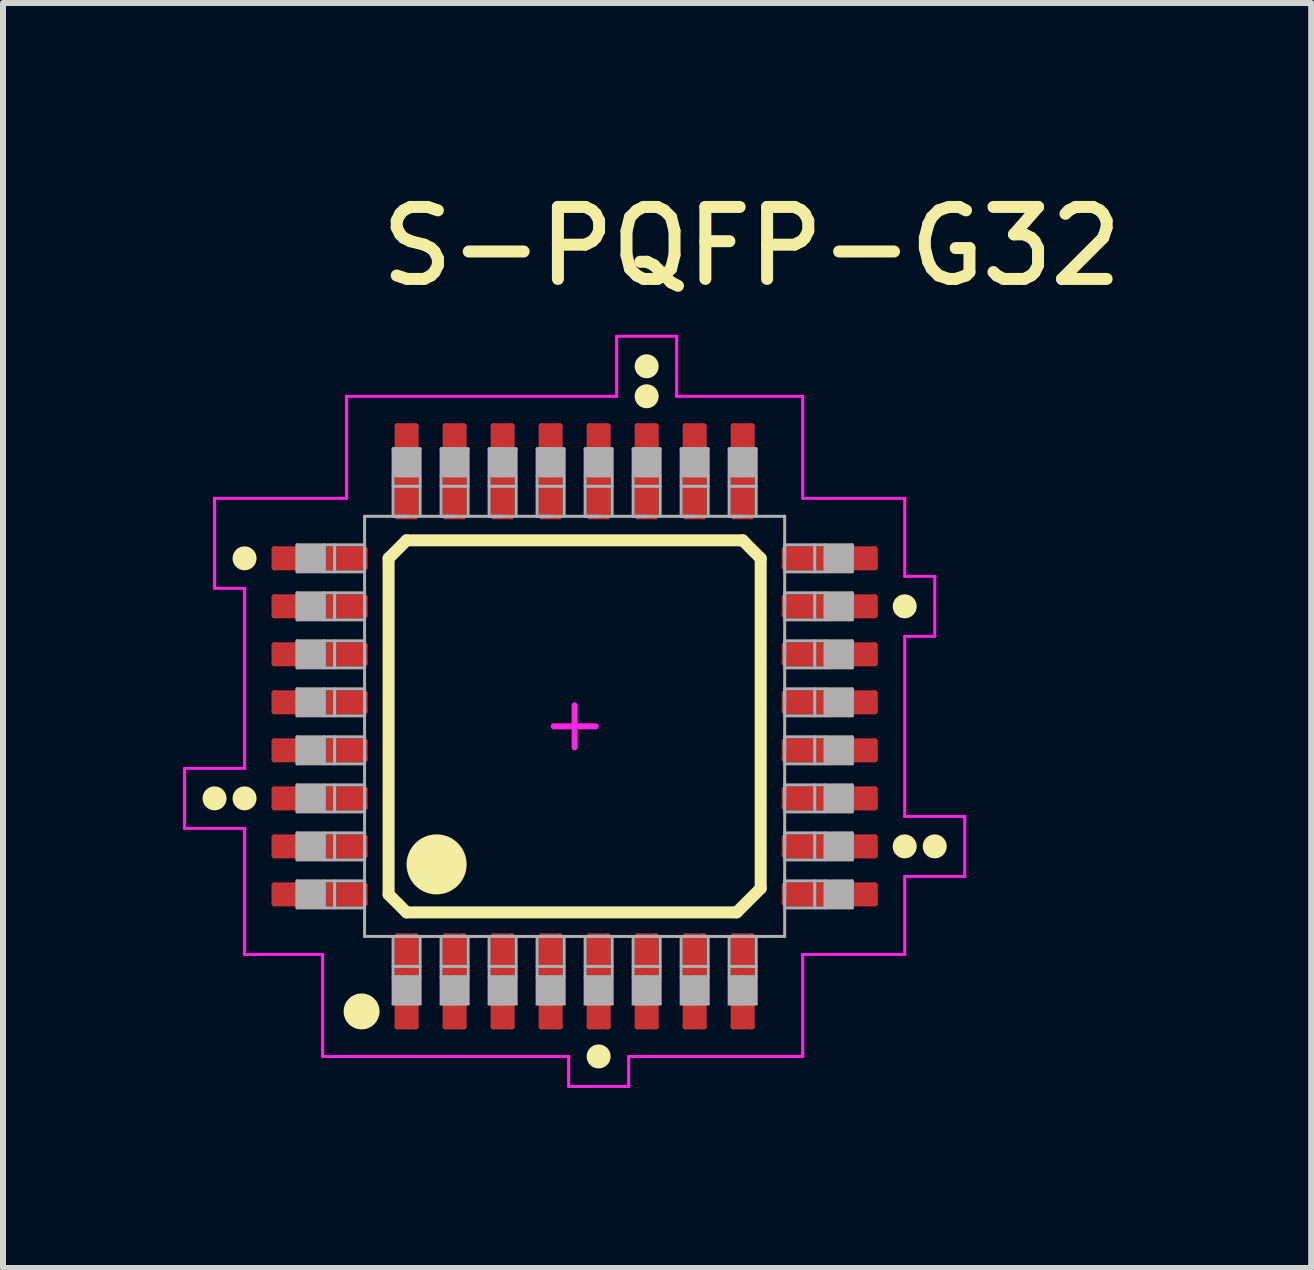
<source format=kicad_pcb>
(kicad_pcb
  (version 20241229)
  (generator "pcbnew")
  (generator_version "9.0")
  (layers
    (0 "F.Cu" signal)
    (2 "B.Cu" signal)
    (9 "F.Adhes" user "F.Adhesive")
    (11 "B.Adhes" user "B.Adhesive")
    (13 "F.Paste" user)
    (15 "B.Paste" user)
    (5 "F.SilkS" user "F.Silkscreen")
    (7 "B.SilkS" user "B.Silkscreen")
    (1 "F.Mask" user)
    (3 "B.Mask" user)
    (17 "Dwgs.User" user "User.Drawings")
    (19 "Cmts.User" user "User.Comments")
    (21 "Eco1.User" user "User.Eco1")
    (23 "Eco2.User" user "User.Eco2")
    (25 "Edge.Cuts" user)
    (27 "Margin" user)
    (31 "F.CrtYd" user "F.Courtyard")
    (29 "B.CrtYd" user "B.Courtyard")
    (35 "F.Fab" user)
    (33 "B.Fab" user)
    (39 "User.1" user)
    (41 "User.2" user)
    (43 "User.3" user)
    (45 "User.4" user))
  (footprint "S-PQFP-G32"
    (layer "F.Cu")
    (at 6.525 9.053)
    (property "Reference" "S-PQFP-G32" (at 2.95 -8 0) (layer "F.SilkS") (effects (font (size 1.2 1.2) (thickness 0.2))))
    (attr through_hole)
    (fp_line (start -5 -2.95) (end -3.5 -2.95) (stroke (width 0.1) (type solid)) (layer "F.Cu"))
    (fp_line (start -5 -2.65) (end -5 -2.95) (stroke (width 0.1) (type solid)) (layer "F.Cu"))
    (fp_line (start -5 -2.65) (end -3.5 -2.65) (stroke (width 0.1) (type solid)) (layer "F.Cu"))
    (fp_line (start -5 -2.15) (end -3.5 -2.15) (stroke (width 0.1) (type solid)) (layer "F.Cu"))
    (fp_line (start -5 -1.85) (end -5 -2.15) (stroke (width 0.1) (type solid)) (layer "F.Cu"))
    (fp_line (start -5 -1.85) (end -3.5 -1.85) (stroke (width 0.1) (type solid)) (layer "F.Cu"))
    (fp_line (start -5 -1.35) (end -3.5 -1.35) (stroke (width 0.1) (type solid)) (layer "F.Cu"))
    (fp_line (start -5 -1.05) (end -5 -1.35) (stroke (width 0.1) (type solid)) (layer "F.Cu"))
    (fp_line (start -5 -1.05) (end -3.5 -1.05) (stroke (width 0.1) (type solid)) (layer "F.Cu"))
    (fp_line (start -5 -0.55) (end -3.5 -0.55) (stroke (width 0.1) (type solid)) (layer "F.Cu"))
    (fp_line (start -5 -0.25) (end -5 -0.55) (stroke (width 0.1) (type solid)) (layer "F.Cu"))
    (fp_line (start -5 -0.25) (end -3.5 -0.25) (stroke (width 0.1) (type solid)) (layer "F.Cu"))
    (fp_line (start -5 0.25) (end -3.5 0.25) (stroke (width 0.1) (type solid)) (layer "F.Cu"))
    (fp_line (start -5 0.55) (end -5 0.25) (stroke (width 0.1) (type solid)) (layer "F.Cu"))
    (fp_line (start -5 0.55) (end -3.5 0.55) (stroke (width 0.1) (type solid)) (layer "F.Cu"))
    (fp_line (start -5 1.05) (end -3.5 1.05) (stroke (width 0.1) (type solid)) (layer "F.Cu"))
    (fp_line (start -5 1.35) (end -5 1.05) (stroke (width 0.1) (type solid)) (layer "F.Cu"))
    (fp_line (start -5 1.35) (end -3.5 1.35) (stroke (width 0.1) (type solid)) (layer "F.Cu"))
    (fp_line (start -5 1.85) (end -3.5 1.85) (stroke (width 0.1) (type solid)) (layer "F.Cu"))
    (fp_line (start -5 2.15) (end -5 1.85) (stroke (width 0.1) (type solid)) (layer "F.Cu"))
    (fp_line (start -5 2.15) (end -3.5 2.15) (stroke (width 0.1) (type solid)) (layer "F.Cu"))
    (fp_line (start -5 2.65) (end -3.5 2.65) (stroke (width 0.1) (type solid)) (layer "F.Cu"))
    (fp_line (start -5 2.95) (end -5 2.65) (stroke (width 0.1) (type solid)) (layer "F.Cu"))
    (fp_line (start -5 2.95) (end -3.5 2.95) (stroke (width 0.1) (type solid)) (layer "F.Cu"))
    (fp_line (start -3.5 -2.65) (end -3.5 -2.95) (stroke (width 0.1) (type solid)) (layer "F.Cu"))
    (fp_line (start -3.5 -1.85) (end -3.5 -2.15) (stroke (width 0.1) (type solid)) (layer "F.Cu"))
    (fp_line (start -3.5 -1.05) (end -3.5 -1.35) (stroke (width 0.1) (type solid)) (layer "F.Cu"))
    (fp_line (start -3.5 -0.25) (end -3.5 -0.55) (stroke (width 0.1) (type solid)) (layer "F.Cu"))
    (fp_line (start -3.5 0.55) (end -3.5 0.25) (stroke (width 0.1) (type solid)) (layer "F.Cu"))
    (fp_line (start -3.5 1.35) (end -3.5 1.05) (stroke (width 0.1) (type solid)) (layer "F.Cu"))
    (fp_line (start -3.5 2.15) (end -3.5 1.85) (stroke (width 0.1) (type solid)) (layer "F.Cu"))
    (fp_line (start -3.5 2.95) (end -3.5 2.65) (stroke (width 0.1) (type solid)) (layer "F.Cu"))
    (fp_line (start -2.95 -5) (end -2.95 -3.5) (stroke (width 0.1) (type solid)) (layer "F.Cu"))
    (fp_line (start -2.95 -5) (end -2.65 -5) (stroke (width 0.1) (type solid)) (layer "F.Cu"))
    (fp_line (start -2.95 -3.5) (end -2.65 -3.5) (stroke (width 0.1) (type solid)) (layer "F.Cu"))
    (fp_line (start -2.95 3.5) (end -2.95 5) (stroke (width 0.1) (type solid)) (layer "F.Cu"))
    (fp_line (start -2.95 3.5) (end -2.65 3.5) (stroke (width 0.1) (type solid)) (layer "F.Cu"))
    (fp_line (start -2.95 5) (end -2.65 5) (stroke (width 0.1) (type solid)) (layer "F.Cu"))
    (fp_line (start -2.65 -5) (end -2.65 -3.5) (stroke (width 0.1) (type solid)) (layer "F.Cu"))
    (fp_line (start -2.65 3.5) (end -2.65 5) (stroke (width 0.1) (type solid)) (layer "F.Cu"))
    (fp_line (start -2.15 -5) (end -2.15 -3.5) (stroke (width 0.1) (type solid)) (layer "F.Cu"))
    (fp_line (start -2.15 -5) (end -1.85 -5) (stroke (width 0.1) (type solid)) (layer "F.Cu"))
    (fp_line (start -2.15 -3.5) (end -1.85 -3.5) (stroke (width 0.1) (type solid)) (layer "F.Cu"))
    (fp_line (start -2.15 3.5) (end -2.15 5) (stroke (width 0.1) (type solid)) (layer "F.Cu"))
    (fp_line (start -2.15 3.5) (end -1.85 3.5) (stroke (width 0.1) (type solid)) (layer "F.Cu"))
    (fp_line (start -2.15 5) (end -1.85 5) (stroke (width 0.1) (type solid)) (layer "F.Cu"))
    (fp_line (start -1.85 -5) (end -1.85 -3.5) (stroke (width 0.1) (type solid)) (layer "F.Cu"))
    (fp_line (start -1.85 3.5) (end -1.85 5) (stroke (width 0.1) (type solid)) (layer "F.Cu"))
    (fp_line (start -1.35 -5) (end -1.35 -3.5) (stroke (width 0.1) (type solid)) (layer "F.Cu"))
    (fp_line (start -1.35 -5) (end -1.05 -5) (stroke (width 0.1) (type solid)) (layer "F.Cu"))
    (fp_line (start -1.35 -3.5) (end -1.05 -3.5) (stroke (width 0.1) (type solid)) (layer "F.Cu"))
    (fp_line (start -1.35 3.5) (end -1.35 5) (stroke (width 0.1) (type solid)) (layer "F.Cu"))
    (fp_line (start -1.35 3.5) (end -1.05 3.5) (stroke (width 0.1) (type solid)) (layer "F.Cu"))
    (fp_line (start -1.35 5) (end -1.05 5) (stroke (width 0.1) (type solid)) (layer "F.Cu"))
    (fp_line (start -1.05 -5) (end -1.05 -3.5) (stroke (width 0.1) (type solid)) (layer "F.Cu"))
    (fp_line (start -1.05 3.5) (end -1.05 5) (stroke (width 0.1) (type solid)) (layer "F.Cu"))
    (fp_line (start -0.55 -5) (end -0.55 -3.5) (stroke (width 0.1) (type solid)) (layer "F.Cu"))
    (fp_line (start -0.55 -5) (end -0.25 -5) (stroke (width 0.1) (type solid)) (layer "F.Cu"))
    (fp_line (start -0.55 -3.5) (end -0.25 -3.5) (stroke (width 0.1) (type solid)) (layer "F.Cu"))
    (fp_line (start -0.55 3.5) (end -0.55 5) (stroke (width 0.1) (type solid)) (layer "F.Cu"))
    (fp_line (start -0.55 3.5) (end -0.25 3.5) (stroke (width 0.1) (type solid)) (layer "F.Cu"))
    (fp_line (start -0.55 5) (end -0.25 5) (stroke (width 0.1) (type solid)) (layer "F.Cu"))
    (fp_line (start -0.25 -5) (end -0.25 -3.5) (stroke (width 0.1) (type solid)) (layer "F.Cu"))
    (fp_line (start -0.25 3.5) (end -0.25 5) (stroke (width 0.1) (type solid)) (layer "F.Cu"))
    (fp_line (start 0.25 -5) (end 0.25 -3.5) (stroke (width 0.1) (type solid)) (layer "F.Cu"))
    (fp_line (start 0.25 -5) (end 0.55 -5) (stroke (width 0.1) (type solid)) (layer "F.Cu"))
    (fp_line (start 0.25 -3.5) (end 0.55 -3.5) (stroke (width 0.1) (type solid)) (layer "F.Cu"))
    (fp_line (start 0.25 3.5) (end 0.25 5) (stroke (width 0.1) (type solid)) (layer "F.Cu"))
    (fp_line (start 0.25 3.5) (end 0.55 3.5) (stroke (width 0.1) (type solid)) (layer "F.Cu"))
    (fp_line (start 0.25 5) (end 0.55 5) (stroke (width 0.1) (type solid)) (layer "F.Cu"))
    (fp_line (start 0.55 -5) (end 0.55 -3.5) (stroke (width 0.1) (type solid)) (layer "F.Cu"))
    (fp_line (start 0.55 3.5) (end 0.55 5) (stroke (width 0.1) (type solid)) (layer "F.Cu"))
    (fp_line (start 1.05 -5) (end 1.05 -3.5) (stroke (width 0.1) (type solid)) (layer "F.Cu"))
    (fp_line (start 1.05 -5) (end 1.35 -5) (stroke (width 0.1) (type solid)) (layer "F.Cu"))
    (fp_line (start 1.05 -3.5) (end 1.35 -3.5) (stroke (width 0.1) (type solid)) (layer "F.Cu"))
    (fp_line (start 1.05 3.5) (end 1.05 5) (stroke (width 0.1) (type solid)) (layer "F.Cu"))
    (fp_line (start 1.05 3.5) (end 1.35 3.5) (stroke (width 0.1) (type solid)) (layer "F.Cu"))
    (fp_line (start 1.05 5) (end 1.35 5) (stroke (width 0.1) (type solid)) (layer "F.Cu"))
    (fp_line (start 1.35 -5) (end 1.35 -3.5) (stroke (width 0.1) (type solid)) (layer "F.Cu"))
    (fp_line (start 1.35 3.5) (end 1.35 5) (stroke (width 0.1) (type solid)) (layer "F.Cu"))
    (fp_line (start 1.85 -5) (end 1.85 -3.5) (stroke (width 0.1) (type solid)) (layer "F.Cu"))
    (fp_line (start 1.85 -5) (end 2.15 -5) (stroke (width 0.1) (type solid)) (layer "F.Cu"))
    (fp_line (start 1.85 -3.5) (end 2.15 -3.5) (stroke (width 0.1) (type solid)) (layer "F.Cu"))
    (fp_line (start 1.85 3.5) (end 1.85 5) (stroke (width 0.1) (type solid)) (layer "F.Cu"))
    (fp_line (start 1.85 3.5) (end 2.15 3.5) (stroke (width 0.1) (type solid)) (layer "F.Cu"))
    (fp_line (start 1.85 5) (end 2.15 5) (stroke (width 0.1) (type solid)) (layer "F.Cu"))
    (fp_line (start 2.15 -5) (end 2.15 -3.5) (stroke (width 0.1) (type solid)) (layer "F.Cu"))
    (fp_line (start 2.15 3.5) (end 2.15 5) (stroke (width 0.1) (type solid)) (layer "F.Cu"))
    (fp_line (start 2.65 -5) (end 2.65 -3.5) (stroke (width 0.1) (type solid)) (layer "F.Cu"))
    (fp_line (start 2.65 -5) (end 2.95 -5) (stroke (width 0.1) (type solid)) (layer "F.Cu"))
    (fp_line (start 2.65 -3.5) (end 2.95 -3.5) (stroke (width 0.1) (type solid)) (layer "F.Cu"))
    (fp_line (start 2.65 3.5) (end 2.65 5) (stroke (width 0.1) (type solid)) (layer "F.Cu"))
    (fp_line (start 2.65 3.5) (end 2.95 3.5) (stroke (width 0.1) (type solid)) (layer "F.Cu"))
    (fp_line (start 2.65 5) (end 2.95 5) (stroke (width 0.1) (type solid)) (layer "F.Cu"))
    (fp_line (start 2.95 -5) (end 2.95 -3.5) (stroke (width 0.1) (type solid)) (layer "F.Cu"))
    (fp_line (start 2.95 3.5) (end 2.95 5) (stroke (width 0.1) (type solid)) (layer "F.Cu"))
    (fp_line (start 3.5 -2.95) (end 5 -2.95) (stroke (width 0.1) (type solid)) (layer "F.Cu"))
    (fp_line (start 3.5 -2.65) (end 3.5 -2.95) (stroke (width 0.1) (type solid)) (layer "F.Cu"))
    (fp_line (start 3.5 -2.65) (end 5 -2.65) (stroke (width 0.1) (type solid)) (layer "F.Cu"))
    (fp_line (start 3.5 -2.15) (end 5 -2.15) (stroke (width 0.1) (type solid)) (layer "F.Cu"))
    (fp_line (start 3.5 -1.85) (end 3.5 -2.15) (stroke (width 0.1) (type solid)) (layer "F.Cu"))
    (fp_line (start 3.5 -1.85) (end 5 -1.85) (stroke (width 0.1) (type solid)) (layer "F.Cu"))
    (fp_line (start 3.5 -1.35) (end 5 -1.35) (stroke (width 0.1) (type solid)) (layer "F.Cu"))
    (fp_line (start 3.5 -1.05) (end 3.5 -1.35) (stroke (width 0.1) (type solid)) (layer "F.Cu"))
    (fp_line (start 3.5 -1.05) (end 5 -1.05) (stroke (width 0.1) (type solid)) (layer "F.Cu"))
    (fp_line (start 3.5 -0.55) (end 5 -0.55) (stroke (width 0.1) (type solid)) (layer "F.Cu"))
    (fp_line (start 3.5 -0.25) (end 3.5 -0.55) (stroke (width 0.1) (type solid)) (layer "F.Cu"))
    (fp_line (start 3.5 -0.25) (end 5 -0.25) (stroke (width 0.1) (type solid)) (layer "F.Cu"))
    (fp_line (start 3.5 0.25) (end 5 0.25) (stroke (width 0.1) (type solid)) (layer "F.Cu"))
    (fp_line (start 3.5 0.55) (end 3.5 0.25) (stroke (width 0.1) (type solid)) (layer "F.Cu"))
    (fp_line (start 3.5 0.55) (end 5 0.55) (stroke (width 0.1) (type solid)) (layer "F.Cu"))
    (fp_line (start 3.5 1.05) (end 5 1.05) (stroke (width 0.1) (type solid)) (layer "F.Cu"))
    (fp_line (start 3.5 1.35) (end 3.5 1.05) (stroke (width 0.1) (type solid)) (layer "F.Cu"))
    (fp_line (start 3.5 1.35) (end 5 1.35) (stroke (width 0.1) (type solid)) (layer "F.Cu"))
    (fp_line (start 3.5 1.85) (end 5 1.85) (stroke (width 0.1) (type solid)) (layer "F.Cu"))
    (fp_line (start 3.5 2.15) (end 3.5 1.85) (stroke (width 0.1) (type solid)) (layer "F.Cu"))
    (fp_line (start 3.5 2.15) (end 5 2.15) (stroke (width 0.1) (type solid)) (layer "F.Cu"))
    (fp_line (start 3.5 2.65) (end 5 2.65) (stroke (width 0.1) (type solid)) (layer "F.Cu"))
    (fp_line (start 3.5 2.95) (end 3.5 2.65) (stroke (width 0.1) (type solid)) (layer "F.Cu"))
    (fp_line (start 3.5 2.95) (end 5 2.95) (stroke (width 0.1) (type solid)) (layer "F.Cu"))
    (fp_line (start 5 -2.65) (end 5 -2.95) (stroke (width 0.1) (type solid)) (layer "F.Cu"))
    (fp_line (start 5 -1.85) (end 5 -2.15) (stroke (width 0.1) (type solid)) (layer "F.Cu"))
    (fp_line (start 5 -1.05) (end 5 -1.35) (stroke (width 0.1) (type solid)) (layer "F.Cu"))
    (fp_line (start 5 -0.25) (end 5 -0.55) (stroke (width 0.1) (type solid)) (layer "F.Cu"))
    (fp_line (start 5 0.55) (end 5 0.25) (stroke (width 0.1) (type solid)) (layer "F.Cu"))
    (fp_line (start 5 1.35) (end 5 1.05) (stroke (width 0.1) (type solid)) (layer "F.Cu"))
    (fp_line (start 5 2.15) (end 5 1.85) (stroke (width 0.1) (type solid)) (layer "F.Cu"))
    (fp_line (start 5 2.95) (end 5 2.65) (stroke (width 0.1) (type solid)) (layer "F.Cu"))
    (fp_line (start -5.05 -3) (end -5.05 -2.6) (stroke (width 0.2) (type solid)) (layer "F.Mask"))
    (fp_line (start -5.05 -3) (end -3.45 -3) (stroke (width 0.2) (type solid)) (layer "F.Mask"))
    (fp_line (start -5.05 -2.2) (end -5.05 -1.8) (stroke (width 0.2) (type solid)) (layer "F.Mask"))
    (fp_line (start -5.05 -2.2) (end -3.45 -2.2) (stroke (width 0.2) (type solid)) (layer "F.Mask"))
    (fp_line (start -5.05 -1.4) (end -5.05 -1) (stroke (width 0.2) (type solid)) (layer "F.Mask"))
    (fp_line (start -5.05 -1.4) (end -3.45 -1.4) (stroke (width 0.2) (type solid)) (layer "F.Mask"))
    (fp_line (start -5.05 -0.6) (end -5.05 -0.2) (stroke (width 0.2) (type solid)) (layer "F.Mask"))
    (fp_line (start -5.05 -0.6) (end -3.45 -0.6) (stroke (width 0.2) (type solid)) (layer "F.Mask"))
    (fp_line (start -5.05 0.2) (end -5.05 0.6) (stroke (width 0.2) (type solid)) (layer "F.Mask"))
    (fp_line (start -5.05 0.2) (end -3.45 0.2) (stroke (width 0.2) (type solid)) (layer "F.Mask"))
    (fp_line (start -5.05 1) (end -5.05 1.4) (stroke (width 0.2) (type solid)) (layer "F.Mask"))
    (fp_line (start -5.05 1) (end -3.45 1) (stroke (width 0.2) (type solid)) (layer "F.Mask"))
    (fp_line (start -5.05 1.8) (end -5.05 2.2) (stroke (width 0.2) (type solid)) (layer "F.Mask"))
    (fp_line (start -5.05 1.8) (end -3.45 1.8) (stroke (width 0.2) (type solid)) (layer "F.Mask"))
    (fp_line (start -5.05 2.6) (end -5.05 3) (stroke (width 0.2) (type solid)) (layer "F.Mask"))
    (fp_line (start -5.05 2.6) (end -3.45 2.6) (stroke (width 0.2) (type solid)) (layer "F.Mask"))
    (fp_line (start -3.45 -3) (end -3.45 -2.6) (stroke (width 0.2) (type solid)) (layer "F.Mask"))
    (fp_line (start -3.45 -2.6) (end -5.05 -2.6) (stroke (width 0.2) (type solid)) (layer "F.Mask"))
    (fp_line (start -3.45 -2.2) (end -3.45 -1.8) (stroke (width 0.2) (type solid)) (layer "F.Mask"))
    (fp_line (start -3.45 -1.8) (end -5.05 -1.8) (stroke (width 0.2) (type solid)) (layer "F.Mask"))
    (fp_line (start -3.45 -1.4) (end -3.45 -1) (stroke (width 0.2) (type solid)) (layer "F.Mask"))
    (fp_line (start -3.45 -1) (end -5.05 -1) (stroke (width 0.2) (type solid)) (layer "F.Mask"))
    (fp_line (start -3.45 -0.6) (end -3.45 -0.2) (stroke (width 0.2) (type solid)) (layer "F.Mask"))
    (fp_line (start -3.45 -0.2) (end -5.05 -0.2) (stroke (width 0.2) (type solid)) (layer "F.Mask"))
    (fp_line (start -3.45 0.2) (end -3.45 0.6) (stroke (width 0.2) (type solid)) (layer "F.Mask"))
    (fp_line (start -3.45 0.6) (end -5.05 0.6) (stroke (width 0.2) (type solid)) (layer "F.Mask"))
    (fp_line (start -3.45 1) (end -3.45 1.4) (stroke (width 0.2) (type solid)) (layer "F.Mask"))
    (fp_line (start -3.45 1.4) (end -5.05 1.4) (stroke (width 0.2) (type solid)) (layer "F.Mask"))
    (fp_line (start -3.45 1.8) (end -3.45 2.2) (stroke (width 0.2) (type solid)) (layer "F.Mask"))
    (fp_line (start -3.45 2.2) (end -5.05 2.2) (stroke (width 0.2) (type solid)) (layer "F.Mask"))
    (fp_line (start -3.45 2.6) (end -3.45 3) (stroke (width 0.2) (type solid)) (layer "F.Mask"))
    (fp_line (start -3.45 3) (end -5.05 3) (stroke (width 0.2) (type solid)) (layer "F.Mask"))
    (fp_line (start -3 -3.45) (end -3 -5.05) (stroke (width 0.2) (type solid)) (layer "F.Mask"))
    (fp_line (start -3 5.05) (end -3 3.45) (stroke (width 0.2) (type solid)) (layer "F.Mask"))
    (fp_line (start -2.6 -5.05) (end -3 -5.05) (stroke (width 0.2) (type solid)) (layer "F.Mask"))
    (fp_line (start -2.6 -5.05) (end -2.6 -3.45) (stroke (width 0.2) (type solid)) (layer "F.Mask"))
    (fp_line (start -2.6 -3.45) (end -3 -3.45) (stroke (width 0.2) (type solid)) (layer "F.Mask"))
    (fp_line (start -2.6 3.45) (end -3 3.45) (stroke (width 0.2) (type solid)) (layer "F.Mask"))
    (fp_line (start -2.6 3.45) (end -2.6 5.05) (stroke (width 0.2) (type solid)) (layer "F.Mask"))
    (fp_line (start -2.6 5.05) (end -3 5.05) (stroke (width 0.2) (type solid)) (layer "F.Mask"))
    (fp_line (start -2.2 -3.45) (end -2.2 -5.05) (stroke (width 0.2) (type solid)) (layer "F.Mask"))
    (fp_line (start -2.2 5.05) (end -2.2 3.45) (stroke (width 0.2) (type solid)) (layer "F.Mask"))
    (fp_line (start -1.8 -5.05) (end -2.2 -5.05) (stroke (width 0.2) (type solid)) (layer "F.Mask"))
    (fp_line (start -1.8 -5.05) (end -1.8 -3.45) (stroke (width 0.2) (type solid)) (layer "F.Mask"))
    (fp_line (start -1.8 -3.45) (end -2.2 -3.45) (stroke (width 0.2) (type solid)) (layer "F.Mask"))
    (fp_line (start -1.8 3.45) (end -2.2 3.45) (stroke (width 0.2) (type solid)) (layer "F.Mask"))
    (fp_line (start -1.8 3.45) (end -1.8 5.05) (stroke (width 0.2) (type solid)) (layer "F.Mask"))
    (fp_line (start -1.8 5.05) (end -2.2 5.05) (stroke (width 0.2) (type solid)) (layer "F.Mask"))
    (fp_line (start -1.4 -3.45) (end -1.4 -5.05) (stroke (width 0.2) (type solid)) (layer "F.Mask"))
    (fp_line (start -1.4 5.05) (end -1.4 3.45) (stroke (width 0.2) (type solid)) (layer "F.Mask"))
    (fp_line (start -1 -5.05) (end -1.4 -5.05) (stroke (width 0.2) (type solid)) (layer "F.Mask"))
    (fp_line (start -1 -5.05) (end -1 -3.45) (stroke (width 0.2) (type solid)) (layer "F.Mask"))
    (fp_line (start -1 -3.45) (end -1.4 -3.45) (stroke (width 0.2) (type solid)) (layer "F.Mask"))
    (fp_line (start -1 3.45) (end -1.4 3.45) (stroke (width 0.2) (type solid)) (layer "F.Mask"))
    (fp_line (start -1 3.45) (end -1 5.05) (stroke (width 0.2) (type solid)) (layer "F.Mask"))
    (fp_line (start -1 5.05) (end -1.4 5.05) (stroke (width 0.2) (type solid)) (layer "F.Mask"))
    (fp_line (start -0.6 -3.45) (end -0.6 -5.05) (stroke (width 0.2) (type solid)) (layer "F.Mask"))
    (fp_line (start -0.6 5.05) (end -0.6 3.45) (stroke (width 0.2) (type solid)) (layer "F.Mask"))
    (fp_line (start -0.2 -5.05) (end -0.6 -5.05) (stroke (width 0.2) (type solid)) (layer "F.Mask"))
    (fp_line (start -0.2 -5.05) (end -0.2 -3.45) (stroke (width 0.2) (type solid)) (layer "F.Mask"))
    (fp_line (start -0.2 -3.45) (end -0.6 -3.45) (stroke (width 0.2) (type solid)) (layer "F.Mask"))
    (fp_line (start -0.2 3.45) (end -0.6 3.45) (stroke (width 0.2) (type solid)) (layer "F.Mask"))
    (fp_line (start -0.2 3.45) (end -0.2 5.05) (stroke (width 0.2) (type solid)) (layer "F.Mask"))
    (fp_line (start -0.2 5.05) (end -0.6 5.05) (stroke (width 0.2) (type solid)) (layer "F.Mask"))
    (fp_line (start 0.2 -3.45) (end 0.2 -5.05) (stroke (width 0.2) (type solid)) (layer "F.Mask"))
    (fp_line (start 0.2 5.05) (end 0.2 3.45) (stroke (width 0.2) (type solid)) (layer "F.Mask"))
    (fp_line (start 0.6 -5.05) (end 0.2 -5.05) (stroke (width 0.2) (type solid)) (layer "F.Mask"))
    (fp_line (start 0.6 -5.05) (end 0.6 -3.45) (stroke (width 0.2) (type solid)) (layer "F.Mask"))
    (fp_line (start 0.6 -3.45) (end 0.2 -3.45) (stroke (width 0.2) (type solid)) (layer "F.Mask"))
    (fp_line (start 0.6 3.45) (end 0.2 3.45) (stroke (width 0.2) (type solid)) (layer "F.Mask"))
    (fp_line (start 0.6 3.45) (end 0.6 5.05) (stroke (width 0.2) (type solid)) (layer "F.Mask"))
    (fp_line (start 0.6 5.05) (end 0.2 5.05) (stroke (width 0.2) (type solid)) (layer "F.Mask"))
    (fp_line (start 1 -3.45) (end 1 -5.05) (stroke (width 0.2) (type solid)) (layer "F.Mask"))
    (fp_line (start 1 5.05) (end 1 3.45) (stroke (width 0.2) (type solid)) (layer "F.Mask"))
    (fp_line (start 1.4 -5.05) (end 1 -5.05) (stroke (width 0.2) (type solid)) (layer "F.Mask"))
    (fp_line (start 1.4 -5.05) (end 1.4 -3.45) (stroke (width 0.2) (type solid)) (layer "F.Mask"))
    (fp_line (start 1.4 -3.45) (end 1 -3.45) (stroke (width 0.2) (type solid)) (layer "F.Mask"))
    (fp_line (start 1.4 3.45) (end 1 3.45) (stroke (width 0.2) (type solid)) (layer "F.Mask"))
    (fp_line (start 1.4 3.45) (end 1.4 5.05) (stroke (width 0.2) (type solid)) (layer "F.Mask"))
    (fp_line (start 1.4 5.05) (end 1 5.05) (stroke (width 0.2) (type solid)) (layer "F.Mask"))
    (fp_line (start 1.8 -3.45) (end 1.8 -5.05) (stroke (width 0.2) (type solid)) (layer "F.Mask"))
    (fp_line (start 1.8 5.05) (end 1.8 3.45) (stroke (width 0.2) (type solid)) (layer "F.Mask"))
    (fp_line (start 2.2 -5.05) (end 1.8 -5.05) (stroke (width 0.2) (type solid)) (layer "F.Mask"))
    (fp_line (start 2.2 -5.05) (end 2.2 -3.45) (stroke (width 0.2) (type solid)) (layer "F.Mask"))
    (fp_line (start 2.2 -3.45) (end 1.8 -3.45) (stroke (width 0.2) (type solid)) (layer "F.Mask"))
    (fp_line (start 2.2 3.45) (end 1.8 3.45) (stroke (width 0.2) (type solid)) (layer "F.Mask"))
    (fp_line (start 2.2 3.45) (end 2.2 5.05) (stroke (width 0.2) (type solid)) (layer "F.Mask"))
    (fp_line (start 2.2 5.05) (end 1.8 5.05) (stroke (width 0.2) (type solid)) (layer "F.Mask"))
    (fp_line (start 2.6 -3.45) (end 2.6 -5.05) (stroke (width 0.2) (type solid)) (layer "F.Mask"))
    (fp_line (start 2.6 5.05) (end 2.6 3.45) (stroke (width 0.2) (type solid)) (layer "F.Mask"))
    (fp_line (start 3 -5.05) (end 2.6 -5.05) (stroke (width 0.2) (type solid)) (layer "F.Mask"))
    (fp_line (start 3 -5.05) (end 3 -3.45) (stroke (width 0.2) (type solid)) (layer "F.Mask"))
    (fp_line (start 3 -3.45) (end 2.6 -3.45) (stroke (width 0.2) (type solid)) (layer "F.Mask"))
    (fp_line (start 3 3.45) (end 2.6 3.45) (stroke (width 0.2) (type solid)) (layer "F.Mask"))
    (fp_line (start 3 3.45) (end 3 5.05) (stroke (width 0.2) (type solid)) (layer "F.Mask"))
    (fp_line (start 3 5.05) (end 2.6 5.05) (stroke (width 0.2) (type solid)) (layer "F.Mask"))
    (fp_line (start 3.45 -3) (end 3.45 -2.6) (stroke (width 0.2) (type solid)) (layer "F.Mask"))
    (fp_line (start 3.45 -3) (end 5.05 -3) (stroke (width 0.2) (type solid)) (layer "F.Mask"))
    (fp_line (start 3.45 -2.2) (end 3.45 -1.8) (stroke (width 0.2) (type solid)) (layer "F.Mask"))
    (fp_line (start 3.45 -2.2) (end 5.05 -2.2) (stroke (width 0.2) (type solid)) (layer "F.Mask"))
    (fp_line (start 3.45 -1.4) (end 3.45 -1) (stroke (width 0.2) (type solid)) (layer "F.Mask"))
    (fp_line (start 3.45 -1.4) (end 5.05 -1.4) (stroke (width 0.2) (type solid)) (layer "F.Mask"))
    (fp_line (start 3.45 -0.6) (end 3.45 -0.2) (stroke (width 0.2) (type solid)) (layer "F.Mask"))
    (fp_line (start 3.45 -0.6) (end 5.05 -0.6) (stroke (width 0.2) (type solid)) (layer "F.Mask"))
    (fp_line (start 3.45 0.2) (end 3.45 0.6) (stroke (width 0.2) (type solid)) (layer "F.Mask"))
    (fp_line (start 3.45 0.2) (end 5.05 0.2) (stroke (width 0.2) (type solid)) (layer "F.Mask"))
    (fp_line (start 3.45 1) (end 3.45 1.4) (stroke (width 0.2) (type solid)) (layer "F.Mask"))
    (fp_line (start 3.45 1) (end 5.05 1) (stroke (width 0.2) (type solid)) (layer "F.Mask"))
    (fp_line (start 3.45 1.8) (end 3.45 2.2) (stroke (width 0.2) (type solid)) (layer "F.Mask"))
    (fp_line (start 3.45 1.8) (end 5.05 1.8) (stroke (width 0.2) (type solid)) (layer "F.Mask"))
    (fp_line (start 3.45 2.6) (end 3.45 3) (stroke (width 0.2) (type solid)) (layer "F.Mask"))
    (fp_line (start 3.45 2.6) (end 5.05 2.6) (stroke (width 0.2) (type solid)) (layer "F.Mask"))
    (fp_line (start 5.05 -3) (end 5.05 -2.6) (stroke (width 0.2) (type solid)) (layer "F.Mask"))
    (fp_line (start 5.05 -2.6) (end 3.45 -2.6) (stroke (width 0.2) (type solid)) (layer "F.Mask"))
    (fp_line (start 5.05 -2.2) (end 5.05 -1.8) (stroke (width 0.2) (type solid)) (layer "F.Mask"))
    (fp_line (start 5.05 -1.8) (end 3.45 -1.8) (stroke (width 0.2) (type solid)) (layer "F.Mask"))
    (fp_line (start 5.05 -1.4) (end 5.05 -1) (stroke (width 0.2) (type solid)) (layer "F.Mask"))
    (fp_line (start 5.05 -1) (end 3.45 -1) (stroke (width 0.2) (type solid)) (layer "F.Mask"))
    (fp_line (start 5.05 -0.6) (end 5.05 -0.2) (stroke (width 0.2) (type solid)) (layer "F.Mask"))
    (fp_line (start 5.05 -0.2) (end 3.45 -0.2) (stroke (width 0.2) (type solid)) (layer "F.Mask"))
    (fp_line (start 5.05 0.2) (end 5.05 0.6) (stroke (width 0.2) (type solid)) (layer "F.Mask"))
    (fp_line (start 5.05 0.6) (end 3.45 0.6) (stroke (width 0.2) (type solid)) (layer "F.Mask"))
    (fp_line (start 5.05 1) (end 5.05 1.4) (stroke (width 0.2) (type solid)) (layer "F.Mask"))
    (fp_line (start 5.05 1.4) (end 3.45 1.4) (stroke (width 0.2) (type solid)) (layer "F.Mask"))
    (fp_line (start 5.05 1.8) (end 5.05 2.2) (stroke (width 0.2) (type solid)) (layer "F.Mask"))
    (fp_line (start 5.05 2.2) (end 3.45 2.2) (stroke (width 0.2) (type solid)) (layer "F.Mask"))
    (fp_line (start 5.05 2.6) (end 5.05 3) (stroke (width 0.2) (type solid)) (layer "F.Mask"))
    (fp_line (start 5.05 3) (end 3.45 3) (stroke (width 0.2) (type solid)) (layer "F.Mask"))
    (fp_line (start -3.1 -2.8) (end -2.8 -3.1) (stroke (width 0.2) (type solid)) (layer "F.SilkS"))
    (fp_line (start -3.1 2.8) (end -3.1 -2.8) (stroke (width 0.2) (type solid)) (layer "F.SilkS"))
    (fp_line (start -3.1 2.8) (end -2.8 3.1) (stroke (width 0.2) (type solid)) (layer "F.SilkS"))
    (fp_line (start -2.8 -3.1) (end 2.8 -3.1) (stroke (width 0.2) (type solid)) (layer "F.SilkS"))
    (fp_line (start 2.7 3.1) (end -2.8 3.1) (stroke (width 0.2) (type solid)) (layer "F.SilkS"))
    (fp_line (start 2.8 -3.1) (end 3.1 -2.8) (stroke (width 0.2) (type solid)) (layer "F.SilkS"))
    (fp_line (start 3.1 -2.8) (end 3.1 2.7) (stroke (width 0.2) (type solid)) (layer "F.SilkS"))
    (fp_line (start 3.1 2.7) (end 2.7 3.1) (stroke (width 0.2) (type solid)) (layer "F.SilkS"))
    (fp_circle (center -6 1.2) (end -5.9 1.2) (stroke (width 0.2) (type solid)) (fill no) (layer "F.SilkS"))
    (fp_circle (center -5.5 -2.8) (end -5.4 -2.8) (stroke (width 0.2) (type solid)) (fill no) (layer "F.SilkS"))
    (fp_circle (center -5.5 1.2) (end -5.4 1.2) (stroke (width 0.2) (type solid)) (fill no) (layer "F.SilkS"))
    (fp_circle (center -3.55 4.75) (end -3.45 4.75) (stroke (width 0.2) (type solid)) (fill no) (layer "F.SilkS"))
    (fp_circle (center -3.55 4.75) (end -3.35 4.75) (stroke (width 0.2) (type solid)) (fill no) (layer "F.SilkS"))
    (fp_circle (center -2.3 2.3) (end -2.6 2.3) (stroke (width 0.2) (type solid)) (fill no) (layer "F.SilkS"))
    (fp_circle (center -2.3 2.3) (end -2.5 2.3) (stroke (width 0.2) (type solid)) (fill no) (layer "F.SilkS"))
    (fp_circle (center -2.3 2.3) (end -2.4 2.3) (stroke (width 0.2) (type solid)) (fill no) (layer "F.SilkS"))
    (fp_circle (center -2.3 2.3) (end -1.9 2.3) (stroke (width 0.2) (type solid)) (fill no) (layer "F.SilkS"))
    (fp_circle (center 0.4 5.5) (end 0.4 5.4) (stroke (width 0.2) (type solid)) (fill no) (layer "F.SilkS"))
    (fp_circle (center 1.2 -6) (end 1.2 -6.1) (stroke (width 0.2) (type solid)) (fill no) (layer "F.SilkS"))
    (fp_circle (center 1.2 -5.5) (end 1.2 -5.6) (stroke (width 0.2) (type solid)) (fill no) (layer "F.SilkS"))
    (fp_circle (center 5.5 -2) (end 5.6 -2) (stroke (width 0.2) (type solid)) (fill no) (layer "F.SilkS"))
    (fp_circle (center 5.5 2) (end 5.6 2) (stroke (width 0.2) (type solid)) (fill no) (layer "F.SilkS"))
    (fp_circle (center 6 2) (end 6.1 2) (stroke (width 0.2) (type solid)) (fill no) (layer "F.SilkS"))
    (fp_line (start -5 -2.95) (end -3.5 -2.95) (stroke (width 0.05) (type solid)) (layer "F.Paste"))
    (fp_line (start -5 -2.65) (end -5 -2.95) (stroke (width 0.05) (type solid)) (layer "F.Paste"))
    (fp_line (start -5 -2.15) (end -3.5 -2.15) (stroke (width 0.05) (type solid)) (layer "F.Paste"))
    (fp_line (start -5 -1.85) (end -5 -2.15) (stroke (width 0.05) (type solid)) (layer "F.Paste"))
    (fp_line (start -5 -1.35) (end -3.5 -1.35) (stroke (width 0.05) (type solid)) (layer "F.Paste"))
    (fp_line (start -5 -1.05) (end -5 -1.35) (stroke (width 0.05) (type solid)) (layer "F.Paste"))
    (fp_line (start -5 -0.55) (end -3.5 -0.55) (stroke (width 0.05) (type solid)) (layer "F.Paste"))
    (fp_line (start -5 -0.25) (end -5 -0.55) (stroke (width 0.05) (type solid)) (layer "F.Paste"))
    (fp_line (start -5 0.25) (end -3.5 0.25) (stroke (width 0.05) (type solid)) (layer "F.Paste"))
    (fp_line (start -5 0.55) (end -5 0.25) (stroke (width 0.05) (type solid)) (layer "F.Paste"))
    (fp_line (start -5 1.05) (end -3.5 1.05) (stroke (width 0.05) (type solid)) (layer "F.Paste"))
    (fp_line (start -5 1.35) (end -5 1.05) (stroke (width 0.05) (type solid)) (layer "F.Paste"))
    (fp_line (start -5 1.85) (end -3.5 1.85) (stroke (width 0.05) (type solid)) (layer "F.Paste"))
    (fp_line (start -5 2.15) (end -5 1.85) (stroke (width 0.05) (type solid)) (layer "F.Paste"))
    (fp_line (start -5 2.65) (end -3.5 2.65) (stroke (width 0.05) (type solid)) (layer "F.Paste"))
    (fp_line (start -5 2.95) (end -5 2.65) (stroke (width 0.05) (type solid)) (layer "F.Paste"))
    (fp_line (start -3.5 -2.95) (end -3.5 -2.65) (stroke (width 0.05) (type solid)) (layer "F.Paste"))
    (fp_line (start -3.5 -2.65) (end -5 -2.65) (stroke (width 0.05) (type solid)) (layer "F.Paste"))
    (fp_line (start -3.5 -2.15) (end -3.5 -1.85) (stroke (width 0.05) (type solid)) (layer "F.Paste"))
    (fp_line (start -3.5 -1.85) (end -5 -1.85) (stroke (width 0.05) (type solid)) (layer "F.Paste"))
    (fp_line (start -3.5 -1.35) (end -3.5 -1.05) (stroke (width 0.05) (type solid)) (layer "F.Paste"))
    (fp_line (start -3.5 -1.05) (end -5 -1.05) (stroke (width 0.05) (type solid)) (layer "F.Paste"))
    (fp_line (start -3.5 -0.55) (end -3.5 -0.25) (stroke (width 0.05) (type solid)) (layer "F.Paste"))
    (fp_line (start -3.5 -0.25) (end -5 -0.25) (stroke (width 0.05) (type solid)) (layer "F.Paste"))
    (fp_line (start -3.5 0.25) (end -3.5 0.55) (stroke (width 0.05) (type solid)) (layer "F.Paste"))
    (fp_line (start -3.5 0.55) (end -5 0.55) (stroke (width 0.05) (type solid)) (layer "F.Paste"))
    (fp_line (start -3.5 1.05) (end -3.5 1.35) (stroke (width 0.05) (type solid)) (layer "F.Paste"))
    (fp_line (start -3.5 1.35) (end -5 1.35) (stroke (width 0.05) (type solid)) (layer "F.Paste"))
    (fp_line (start -3.5 1.85) (end -3.5 2.15) (stroke (width 0.05) (type solid)) (layer "F.Paste"))
    (fp_line (start -3.5 2.15) (end -5 2.15) (stroke (width 0.05) (type solid)) (layer "F.Paste"))
    (fp_line (start -3.5 2.65) (end -3.5 2.95) (stroke (width 0.05) (type solid)) (layer "F.Paste"))
    (fp_line (start -3.5 2.95) (end -5 2.95) (stroke (width 0.05) (type solid)) (layer "F.Paste"))
    (fp_line (start -2.95 -5) (end -2.65 -5) (stroke (width 0.05) (type solid)) (layer "F.Paste"))
    (fp_line (start -2.95 -3.5) (end -2.95 -5) (stroke (width 0.05) (type solid)) (layer "F.Paste"))
    (fp_line (start -2.95 3.5) (end -2.65 3.5) (stroke (width 0.05) (type solid)) (layer "F.Paste"))
    (fp_line (start -2.95 5) (end -2.95 3.5) (stroke (width 0.05) (type solid)) (layer "F.Paste"))
    (fp_line (start -2.65 -5) (end -2.65 -3.5) (stroke (width 0.05) (type solid)) (layer "F.Paste"))
    (fp_line (start -2.65 -3.5) (end -2.95 -3.5) (stroke (width 0.05) (type solid)) (layer "F.Paste"))
    (fp_line (start -2.65 3.5) (end -2.65 5) (stroke (width 0.05) (type solid)) (layer "F.Paste"))
    (fp_line (start -2.65 5) (end -2.95 5) (stroke (width 0.05) (type solid)) (layer "F.Paste"))
    (fp_line (start -2.15 -5) (end -1.85 -5) (stroke (width 0.05) (type solid)) (layer "F.Paste"))
    (fp_line (start -2.15 -3.5) (end -2.15 -5) (stroke (width 0.05) (type solid)) (layer "F.Paste"))
    (fp_line (start -2.15 3.5) (end -1.85 3.5) (stroke (width 0.05) (type solid)) (layer "F.Paste"))
    (fp_line (start -2.15 5) (end -2.15 3.5) (stroke (width 0.05) (type solid)) (layer "F.Paste"))
    (fp_line (start -1.85 -5) (end -1.85 -3.5) (stroke (width 0.05) (type solid)) (layer "F.Paste"))
    (fp_line (start -1.85 -3.5) (end -2.15 -3.5) (stroke (width 0.05) (type solid)) (layer "F.Paste"))
    (fp_line (start -1.85 3.5) (end -1.85 5) (stroke (width 0.05) (type solid)) (layer "F.Paste"))
    (fp_line (start -1.85 5) (end -2.15 5) (stroke (width 0.05) (type solid)) (layer "F.Paste"))
    (fp_line (start -1.35 -5) (end -1.05 -5) (stroke (width 0.05) (type solid)) (layer "F.Paste"))
    (fp_line (start -1.35 -3.5) (end -1.35 -5) (stroke (width 0.05) (type solid)) (layer "F.Paste"))
    (fp_line (start -1.35 3.5) (end -1.05 3.5) (stroke (width 0.05) (type solid)) (layer "F.Paste"))
    (fp_line (start -1.35 5) (end -1.35 3.5) (stroke (width 0.05) (type solid)) (layer "F.Paste"))
    (fp_line (start -1.05 -5) (end -1.05 -3.5) (stroke (width 0.05) (type solid)) (layer "F.Paste"))
    (fp_line (start -1.05 -3.5) (end -1.35 -3.5) (stroke (width 0.05) (type solid)) (layer "F.Paste"))
    (fp_line (start -1.05 3.5) (end -1.05 5) (stroke (width 0.05) (type solid)) (layer "F.Paste"))
    (fp_line (start -1.05 5) (end -1.35 5) (stroke (width 0.05) (type solid)) (layer "F.Paste"))
    (fp_line (start -0.55 -5) (end -0.25 -5) (stroke (width 0.05) (type solid)) (layer "F.Paste"))
    (fp_line (start -0.55 -3.5) (end -0.55 -5) (stroke (width 0.05) (type solid)) (layer "F.Paste"))
    (fp_line (start -0.55 3.5) (end -0.25 3.5) (stroke (width 0.05) (type solid)) (layer "F.Paste"))
    (fp_line (start -0.55 5) (end -0.55 3.5) (stroke (width 0.05) (type solid)) (layer "F.Paste"))
    (fp_line (start -0.25 -5) (end -0.25 -3.5) (stroke (width 0.05) (type solid)) (layer "F.Paste"))
    (fp_line (start -0.25 -3.5) (end -0.55 -3.5) (stroke (width 0.05) (type solid)) (layer "F.Paste"))
    (fp_line (start -0.25 3.5) (end -0.25 5) (stroke (width 0.05) (type solid)) (layer "F.Paste"))
    (fp_line (start -0.25 5) (end -0.55 5) (stroke (width 0.05) (type solid)) (layer "F.Paste"))
    (fp_line (start 0.25 -5) (end 0.55 -5) (stroke (width 0.05) (type solid)) (layer "F.Paste"))
    (fp_line (start 0.25 -3.5) (end 0.25 -5) (stroke (width 0.05) (type solid)) (layer "F.Paste"))
    (fp_line (start 0.25 3.5) (end 0.55 3.5) (stroke (width 0.05) (type solid)) (layer "F.Paste"))
    (fp_line (start 0.25 5) (end 0.25 3.5) (stroke (width 0.05) (type solid)) (layer "F.Paste"))
    (fp_line (start 0.55 -5) (end 0.55 -3.5) (stroke (width 0.05) (type solid)) (layer "F.Paste"))
    (fp_line (start 0.55 -3.5) (end 0.25 -3.5) (stroke (width 0.05) (type solid)) (layer "F.Paste"))
    (fp_line (start 0.55 3.5) (end 0.55 5) (stroke (width 0.05) (type solid)) (layer "F.Paste"))
    (fp_line (start 0.55 5) (end 0.25 5) (stroke (width 0.05) (type solid)) (layer "F.Paste"))
    (fp_line (start 1.05 -5) (end 1.35 -5) (stroke (width 0.05) (type solid)) (layer "F.Paste"))
    (fp_line (start 1.05 -3.5) (end 1.05 -5) (stroke (width 0.05) (type solid)) (layer "F.Paste"))
    (fp_line (start 1.05 3.5) (end 1.35 3.5) (stroke (width 0.05) (type solid)) (layer "F.Paste"))
    (fp_line (start 1.05 5) (end 1.05 3.5) (stroke (width 0.05) (type solid)) (layer "F.Paste"))
    (fp_line (start 1.35 -5) (end 1.35 -3.5) (stroke (width 0.05) (type solid)) (layer "F.Paste"))
    (fp_line (start 1.35 -3.5) (end 1.05 -3.5) (stroke (width 0.05) (type solid)) (layer "F.Paste"))
    (fp_line (start 1.35 3.5) (end 1.35 5) (stroke (width 0.05) (type solid)) (layer "F.Paste"))
    (fp_line (start 1.35 5) (end 1.05 5) (stroke (width 0.05) (type solid)) (layer "F.Paste"))
    (fp_line (start 1.85 -5) (end 2.15 -5) (stroke (width 0.05) (type solid)) (layer "F.Paste"))
    (fp_line (start 1.85 -3.5) (end 1.85 -5) (stroke (width 0.05) (type solid)) (layer "F.Paste"))
    (fp_line (start 1.85 3.5) (end 2.15 3.5) (stroke (width 0.05) (type solid)) (layer "F.Paste"))
    (fp_line (start 1.85 5) (end 1.85 3.5) (stroke (width 0.05) (type solid)) (layer "F.Paste"))
    (fp_line (start 2.15 -5) (end 2.15 -3.5) (stroke (width 0.05) (type solid)) (layer "F.Paste"))
    (fp_line (start 2.15 -3.5) (end 1.85 -3.5) (stroke (width 0.05) (type solid)) (layer "F.Paste"))
    (fp_line (start 2.15 3.5) (end 2.15 5) (stroke (width 0.05) (type solid)) (layer "F.Paste"))
    (fp_line (start 2.15 5) (end 1.85 5) (stroke (width 0.05) (type solid)) (layer "F.Paste"))
    (fp_line (start 2.65 -5) (end 2.95 -5) (stroke (width 0.05) (type solid)) (layer "F.Paste"))
    (fp_line (start 2.65 -3.5) (end 2.65 -5) (stroke (width 0.05) (type solid)) (layer "F.Paste"))
    (fp_line (start 2.65 3.5) (end 2.95 3.5) (stroke (width 0.05) (type solid)) (layer "F.Paste"))
    (fp_line (start 2.65 5) (end 2.65 3.5) (stroke (width 0.05) (type solid)) (layer "F.Paste"))
    (fp_line (start 2.95 -5) (end 2.95 -3.5) (stroke (width 0.05) (type solid)) (layer "F.Paste"))
    (fp_line (start 2.95 -3.5) (end 2.65 -3.5) (stroke (width 0.05) (type solid)) (layer "F.Paste"))
    (fp_line (start 2.95 3.5) (end 2.95 5) (stroke (width 0.05) (type solid)) (layer "F.Paste"))
    (fp_line (start 2.95 5) (end 2.65 5) (stroke (width 0.05) (type solid)) (layer "F.Paste"))
    (fp_line (start 3.5 -2.95) (end 5 -2.95) (stroke (width 0.05) (type solid)) (layer "F.Paste"))
    (fp_line (start 3.5 -2.65) (end 3.5 -2.95) (stroke (width 0.05) (type solid)) (layer "F.Paste"))
    (fp_line (start 3.5 -2.15) (end 5 -2.15) (stroke (width 0.05) (type solid)) (layer "F.Paste"))
    (fp_line (start 3.5 -1.85) (end 3.5 -2.15) (stroke (width 0.05) (type solid)) (layer "F.Paste"))
    (fp_line (start 3.5 -1.35) (end 5 -1.35) (stroke (width 0.05) (type solid)) (layer "F.Paste"))
    (fp_line (start 3.5 -1.05) (end 3.5 -1.35) (stroke (width 0.05) (type solid)) (layer "F.Paste"))
    (fp_line (start 3.5 -0.55) (end 5 -0.55) (stroke (width 0.05) (type solid)) (layer "F.Paste"))
    (fp_line (start 3.5 -0.25) (end 3.5 -0.55) (stroke (width 0.05) (type solid)) (layer "F.Paste"))
    (fp_line (start 3.5 0.25) (end 5 0.25) (stroke (width 0.05) (type solid)) (layer "F.Paste"))
    (fp_line (start 3.5 0.55) (end 3.5 0.25) (stroke (width 0.05) (type solid)) (layer "F.Paste"))
    (fp_line (start 3.5 1.05) (end 5 1.05) (stroke (width 0.05) (type solid)) (layer "F.Paste"))
    (fp_line (start 3.5 1.35) (end 3.5 1.05) (stroke (width 0.05) (type solid)) (layer "F.Paste"))
    (fp_line (start 3.5 1.85) (end 5 1.85) (stroke (width 0.05) (type solid)) (layer "F.Paste"))
    (fp_line (start 3.5 2.15) (end 3.5 1.85) (stroke (width 0.05) (type solid)) (layer "F.Paste"))
    (fp_line (start 3.5 2.65) (end 5 2.65) (stroke (width 0.05) (type solid)) (layer "F.Paste"))
    (fp_line (start 3.5 2.95) (end 3.5 2.65) (stroke (width 0.05) (type solid)) (layer "F.Paste"))
    (fp_line (start 5 -2.95) (end 5 -2.65) (stroke (width 0.05) (type solid)) (layer "F.Paste"))
    (fp_line (start 5 -2.65) (end 3.5 -2.65) (stroke (width 0.05) (type solid)) (layer "F.Paste"))
    (fp_line (start 5 -2.15) (end 5 -1.85) (stroke (width 0.05) (type solid)) (layer "F.Paste"))
    (fp_line (start 5 -1.85) (end 3.5 -1.85) (stroke (width 0.05) (type solid)) (layer "F.Paste"))
    (fp_line (start 5 -1.35) (end 5 -1.05) (stroke (width 0.05) (type solid)) (layer "F.Paste"))
    (fp_line (start 5 -1.05) (end 3.5 -1.05) (stroke (width 0.05) (type solid)) (layer "F.Paste"))
    (fp_line (start 5 -0.55) (end 5 -0.25) (stroke (width 0.05) (type solid)) (layer "F.Paste"))
    (fp_line (start 5 -0.25) (end 3.5 -0.25) (stroke (width 0.05) (type solid)) (layer "F.Paste"))
    (fp_line (start 5 0.25) (end 5 0.55) (stroke (width 0.05) (type solid)) (layer "F.Paste"))
    (fp_line (start 5 0.55) (end 3.5 0.55) (stroke (width 0.05) (type solid)) (layer "F.Paste"))
    (fp_line (start 5 1.05) (end 5 1.35) (stroke (width 0.05) (type solid)) (layer "F.Paste"))
    (fp_line (start 5 1.35) (end 3.5 1.35) (stroke (width 0.05) (type solid)) (layer "F.Paste"))
    (fp_line (start 5 1.85) (end 5 2.15) (stroke (width 0.05) (type solid)) (layer "F.Paste"))
    (fp_line (start 5 2.15) (end 3.5 2.15) (stroke (width 0.05) (type solid)) (layer "F.Paste"))
    (fp_line (start 5 2.65) (end 5 2.95) (stroke (width 0.05) (type solid)) (layer "F.Paste"))
    (fp_line (start 5 2.95) (end 3.5 2.95) (stroke (width 0.05) (type solid)) (layer "F.Paste"))
    (fp_line (start -6.5 0.7) (end -5.5 0.7) (stroke (width 0.05) (type solid)) (layer "F.CrtYd"))
    (fp_line (start -6.5 1.7) (end -6.5 0.7) (stroke (width 0.05) (type solid)) (layer "F.CrtYd"))
    (fp_line (start -6 -3.8) (end -3.8 -3.8) (stroke (width 0.05) (type solid)) (layer "F.CrtYd"))
    (fp_line (start -6 -2.3) (end -6 -3.8) (stroke (width 0.05) (type solid)) (layer "F.CrtYd"))
    (fp_line (start -5.5 -2.3) (end -6 -2.3) (stroke (width 0.05) (type solid)) (layer "F.CrtYd"))
    (fp_line (start -5.5 0.7) (end -5.5 -2.3) (stroke (width 0.05) (type solid)) (layer "F.CrtYd"))
    (fp_line (start -5.5 1.7) (end -6.5 1.7) (stroke (width 0.05) (type solid)) (layer "F.CrtYd"))
    (fp_line (start -5.5 3.8) (end -5.5 1.7) (stroke (width 0.05) (type solid)) (layer "F.CrtYd"))
    (fp_line (start -4.2 3.8) (end -5.5 3.8) (stroke (width 0.05) (type solid)) (layer "F.CrtYd"))
    (fp_line (start -4.2 5.5) (end -4.2 3.8) (stroke (width 0.05) (type solid)) (layer "F.CrtYd"))
    (fp_line (start -3.8 -5.5) (end 0.7 -5.5) (stroke (width 0.05) (type solid)) (layer "F.CrtYd"))
    (fp_line (start -3.8 -3.8) (end -3.8 -5.5) (stroke (width 0.05) (type solid)) (layer "F.CrtYd"))
    (fp_line (start -0.1 5.5) (end -4.2 5.5) (stroke (width 0.05) (type solid)) (layer "F.CrtYd"))
    (fp_line (start -0.1 6) (end -0.1 5.5) (stroke (width 0.05) (type solid)) (layer "F.CrtYd"))
    (fp_line (start 0 -0.35) (end 0 0.35) (stroke (width 0.1) (type solid)) (layer "F.CrtYd"))
    (fp_line (start 0.35 0) (end -0.35 0) (stroke (width 0.1) (type solid)) (layer "F.CrtYd"))
    (fp_line (start 0.7 -6.5) (end 1.7 -6.5) (stroke (width 0.05) (type solid)) (layer "F.CrtYd"))
    (fp_line (start 0.7 -5.5) (end 0.7 -6.5) (stroke (width 0.05) (type solid)) (layer "F.CrtYd"))
    (fp_line (start 0.9 5.5) (end 0.9 6) (stroke (width 0.05) (type solid)) (layer "F.CrtYd"))
    (fp_line (start 0.9 6) (end -0.1 6) (stroke (width 0.05) (type solid)) (layer "F.CrtYd"))
    (fp_line (start 1.7 -6.5) (end 1.7 -5.5) (stroke (width 0.05) (type solid)) (layer "F.CrtYd"))
    (fp_line (start 1.7 -5.5) (end 3.8 -5.5) (stroke (width 0.05) (type solid)) (layer "F.CrtYd"))
    (fp_line (start 3.8 -5.5) (end 3.8 -3.8) (stroke (width 0.05) (type solid)) (layer "F.CrtYd"))
    (fp_line (start 3.8 -3.8) (end 5.5 -3.8) (stroke (width 0.05) (type solid)) (layer "F.CrtYd"))
    (fp_line (start 3.8 3.8) (end 3.8 5.5) (stroke (width 0.05) (type solid)) (layer "F.CrtYd"))
    (fp_line (start 3.8 5.5) (end 0.9 5.5) (stroke (width 0.05) (type solid)) (layer "F.CrtYd"))
    (fp_line (start 5.5 -3.8) (end 5.5 -2.5) (stroke (width 0.05) (type solid)) (layer "F.CrtYd"))
    (fp_line (start 5.5 -2.5) (end 6 -2.5) (stroke (width 0.05) (type solid)) (layer "F.CrtYd"))
    (fp_line (start 5.5 -1.5) (end 5.5 1.5) (stroke (width 0.05) (type solid)) (layer "F.CrtYd"))
    (fp_line (start 5.5 1.5) (end 6.5 1.5) (stroke (width 0.05) (type solid)) (layer "F.CrtYd"))
    (fp_line (start 5.5 2.5) (end 5.5 3.8) (stroke (width 0.05) (type solid)) (layer "F.CrtYd"))
    (fp_line (start 5.5 3.8) (end 3.8 3.8) (stroke (width 0.05) (type solid)) (layer "F.CrtYd"))
    (fp_line (start 6 -2.5) (end 6 -1.5) (stroke (width 0.05) (type solid)) (layer "F.CrtYd"))
    (fp_line (start 6 -1.5) (end 5.5 -1.5) (stroke (width 0.05) (type solid)) (layer "F.CrtYd"))
    (fp_line (start 6.5 1.5) (end 6.5 2.5) (stroke (width 0.05) (type solid)) (layer "F.CrtYd"))
    (fp_line (start 6.5 2.5) (end 5.5 2.5) (stroke (width 0.05) (type solid)) (layer "F.CrtYd"))
    (fp_line (start -4.625 -3.025) (end -3.5 -3.025) (stroke (width 0.05) (type solid)) (layer "F.Fab"))
    (fp_line (start -4.625 -2.575) (end -4.625 -3.025) (stroke (width 0.05) (type solid)) (layer "F.Fab"))
    (fp_line (start -4.625 -2.225) (end -3.5 -2.225) (stroke (width 0.05) (type solid)) (layer "F.Fab"))
    (fp_line (start -4.625 -1.775) (end -4.625 -2.225) (stroke (width 0.05) (type solid)) (layer "F.Fab"))
    (fp_line (start -4.625 -1.425) (end -3.5 -1.425) (stroke (width 0.05) (type solid)) (layer "F.Fab"))
    (fp_line (start -4.625 -0.975) (end -4.625 -1.425) (stroke (width 0.05) (type solid)) (layer "F.Fab"))
    (fp_line (start -4.625 -0.625) (end -3.5 -0.625) (stroke (width 0.05) (type solid)) (layer "F.Fab"))
    (fp_line (start -4.625 -0.175) (end -4.625 -0.625) (stroke (width 0.05) (type solid)) (layer "F.Fab"))
    (fp_line (start -4.625 0.175) (end -3.5 0.175) (stroke (width 0.05) (type solid)) (layer "F.Fab"))
    (fp_line (start -4.625 0.625) (end -4.625 0.175) (stroke (width 0.05) (type solid)) (layer "F.Fab"))
    (fp_line (start -4.625 0.975) (end -3.5 0.975) (stroke (width 0.05) (type solid)) (layer "F.Fab"))
    (fp_line (start -4.625 1.425) (end -4.625 0.975) (stroke (width 0.05) (type solid)) (layer "F.Fab"))
    (fp_line (start -4.625 1.775) (end -3.5 1.775) (stroke (width 0.05) (type solid)) (layer "F.Fab"))
    (fp_line (start -4.625 2.225) (end -4.625 1.775) (stroke (width 0.05) (type solid)) (layer "F.Fab"))
    (fp_line (start -4.625 2.575) (end -3.5 2.575) (stroke (width 0.05) (type solid)) (layer "F.Fab"))
    (fp_line (start -4.625 3.025) (end -4.625 2.575) (stroke (width 0.05) (type solid)) (layer "F.Fab"))
    (fp_line (start -4.175 -3.025) (end -4.175 -2.575) (stroke (width 0.05) (type solid)) (layer "F.Fab"))
    (fp_line (start -4.175 -3) (end -4.625 -3) (stroke (width 0.05) (type solid)) (layer "F.Fab"))
    (fp_line (start -4.175 -2.975) (end -4.625 -2.975) (stroke (width 0.05) (type solid)) (layer "F.Fab"))
    (fp_line (start -4.175 -2.95) (end -4.625 -2.95) (stroke (width 0.05) (type solid)) (layer "F.Fab"))
    (fp_line (start -4.175 -2.925) (end -4.625 -2.925) (stroke (width 0.05) (type solid)) (layer "F.Fab"))
    (fp_line (start -4.175 -2.9) (end -4.625 -2.9) (stroke (width 0.05) (type solid)) (layer "F.Fab"))
    (fp_line (start -4.175 -2.875) (end -4.625 -2.875) (stroke (width 0.05) (type solid)) (layer "F.Fab"))
    (fp_line (start -4.175 -2.85) (end -4.625 -2.85) (stroke (width 0.05) (type solid)) (layer "F.Fab"))
    (fp_line (start -4.175 -2.825) (end -4.625 -2.825) (stroke (width 0.05) (type solid)) (layer "F.Fab"))
    (fp_line (start -4.175 -2.8) (end -4.625 -2.8) (stroke (width 0.05) (type solid)) (layer "F.Fab"))
    (fp_line (start -4.175 -2.8) (end -4.625 -2.8) (stroke (width 0.05) (type solid)) (layer "F.Fab"))
    (fp_line (start -4.175 -2.775) (end -4.625 -2.775) (stroke (width 0.05) (type solid)) (layer "F.Fab"))
    (fp_line (start -4.175 -2.75) (end -4.625 -2.75) (stroke (width 0.05) (type solid)) (layer "F.Fab"))
    (fp_line (start -4.175 -2.725) (end -4.625 -2.725) (stroke (width 0.05) (type solid)) (layer "F.Fab"))
    (fp_line (start -4.175 -2.7) (end -4.625 -2.7) (stroke (width 0.05) (type solid)) (layer "F.Fab"))
    (fp_line (start -4.175 -2.675) (end -4.625 -2.675) (stroke (width 0.05) (type solid)) (layer "F.Fab"))
    (fp_line (start -4.175 -2.65) (end -4.625 -2.65) (stroke (width 0.05) (type solid)) (layer "F.Fab"))
    (fp_line (start -4.175 -2.625) (end -4.625 -2.625) (stroke (width 0.05) (type solid)) (layer "F.Fab"))
    (fp_line (start -4.175 -2.6) (end -4.625 -2.6) (stroke (width 0.05) (type solid)) (layer "F.Fab"))
    (fp_line (start -4.175 -2.225) (end -4.175 -1.775) (stroke (width 0.05) (type solid)) (layer "F.Fab"))
    (fp_line (start -4.175 -2.2) (end -4.625 -2.2) (stroke (width 0.05) (type solid)) (layer "F.Fab"))
    (fp_line (start -4.175 -2.175) (end -4.625 -2.175) (stroke (width 0.05) (type solid)) (layer "F.Fab"))
    (fp_line (start -4.175 -2.15) (end -4.625 -2.15) (stroke (width 0.05) (type solid)) (layer "F.Fab"))
    (fp_line (start -4.175 -2.125) (end -4.625 -2.125) (stroke (width 0.05) (type solid)) (layer "F.Fab"))
    (fp_line (start -4.175 -2.1) (end -4.625 -2.1) (stroke (width 0.05) (type solid)) (layer "F.Fab"))
    (fp_line (start -4.175 -2.075) (end -4.625 -2.075) (stroke (width 0.05) (type solid)) (layer "F.Fab"))
    (fp_line (start -4.175 -2.05) (end -4.625 -2.05) (stroke (width 0.05) (type solid)) (layer "F.Fab"))
    (fp_line (start -4.175 -2.025) (end -4.625 -2.025) (stroke (width 0.05) (type solid)) (layer "F.Fab"))
    (fp_line (start -4.175 -2) (end -4.625 -2) (stroke (width 0.05) (type solid)) (layer "F.Fab"))
    (fp_line (start -4.175 -2) (end -4.625 -2) (stroke (width 0.05) (type solid)) (layer "F.Fab"))
    (fp_line (start -4.175 -1.975) (end -4.625 -1.975) (stroke (width 0.05) (type solid)) (layer "F.Fab"))
    (fp_line (start -4.175 -1.95) (end -4.625 -1.95) (stroke (width 0.05) (type solid)) (layer "F.Fab"))
    (fp_line (start -4.175 -1.925) (end -4.625 -1.925) (stroke (width 0.05) (type solid)) (layer "F.Fab"))
    (fp_line (start -4.175 -1.9) (end -4.625 -1.9) (stroke (width 0.05) (type solid)) (layer "F.Fab"))
    (fp_line (start -4.175 -1.875) (end -4.625 -1.875) (stroke (width 0.05) (type solid)) (layer "F.Fab"))
    (fp_line (start -4.175 -1.85) (end -4.625 -1.85) (stroke (width 0.05) (type solid)) (layer "F.Fab"))
    (fp_line (start -4.175 -1.825) (end -4.625 -1.825) (stroke (width 0.05) (type solid)) (layer "F.Fab"))
    (fp_line (start -4.175 -1.8) (end -4.625 -1.8) (stroke (width 0.05) (type solid)) (layer "F.Fab"))
    (fp_line (start -4.175 -1.425) (end -4.175 -0.975) (stroke (width 0.05) (type solid)) (layer "F.Fab"))
    (fp_line (start -4.175 -1.4) (end -4.625 -1.4) (stroke (width 0.05) (type solid)) (layer "F.Fab"))
    (fp_line (start -4.175 -1.375) (end -4.625 -1.375) (stroke (width 0.05) (type solid)) (layer "F.Fab"))
    (fp_line (start -4.175 -1.35) (end -4.625 -1.35) (stroke (width 0.05) (type solid)) (layer "F.Fab"))
    (fp_line (start -4.175 -1.325) (end -4.625 -1.325) (stroke (width 0.05) (type solid)) (layer "F.Fab"))
    (fp_line (start -4.175 -1.3) (end -4.625 -1.3) (stroke (width 0.05) (type solid)) (layer "F.Fab"))
    (fp_line (start -4.175 -1.275) (end -4.625 -1.275) (stroke (width 0.05) (type solid)) (layer "F.Fab"))
    (fp_line (start -4.175 -1.25) (end -4.625 -1.25) (stroke (width 0.05) (type solid)) (layer "F.Fab"))
    (fp_line (start -4.175 -1.225) (end -4.625 -1.225) (stroke (width 0.05) (type solid)) (layer "F.Fab"))
    (fp_line (start -4.175 -1.2) (end -4.625 -1.2) (stroke (width 0.05) (type solid)) (layer "F.Fab"))
    (fp_line (start -4.175 -1.2) (end -4.625 -1.2) (stroke (width 0.05) (type solid)) (layer "F.Fab"))
    (fp_line (start -4.175 -1.175) (end -4.625 -1.175) (stroke (width 0.05) (type solid)) (layer "F.Fab"))
    (fp_line (start -4.175 -1.15) (end -4.625 -1.15) (stroke (width 0.05) (type solid)) (layer "F.Fab"))
    (fp_line (start -4.175 -1.125) (end -4.625 -1.125) (stroke (width 0.05) (type solid)) (layer "F.Fab"))
    (fp_line (start -4.175 -1.1) (end -4.625 -1.1) (stroke (width 0.05) (type solid)) (layer "F.Fab"))
    (fp_line (start -4.175 -1.075) (end -4.625 -1.075) (stroke (width 0.05) (type solid)) (layer "F.Fab"))
    (fp_line (start -4.175 -1.05) (end -4.625 -1.05) (stroke (width 0.05) (type solid)) (layer "F.Fab"))
    (fp_line (start -4.175 -1.025) (end -4.625 -1.025) (stroke (width 0.05) (type solid)) (layer "F.Fab"))
    (fp_line (start -4.175 -1) (end -4.625 -1) (stroke (width 0.05) (type solid)) (layer "F.Fab"))
    (fp_line (start -4.175 -0.625) (end -4.175 -0.175) (stroke (width 0.05) (type solid)) (layer "F.Fab"))
    (fp_line (start -4.175 -0.6) (end -4.625 -0.6) (stroke (width 0.05) (type solid)) (layer "F.Fab"))
    (fp_line (start -4.175 -0.575) (end -4.625 -0.575) (stroke (width 0.05) (type solid)) (layer "F.Fab"))
    (fp_line (start -4.175 -0.55) (end -4.625 -0.55) (stroke (width 0.05) (type solid)) (layer "F.Fab"))
    (fp_line (start -4.175 -0.525) (end -4.625 -0.525) (stroke (width 0.05) (type solid)) (layer "F.Fab"))
    (fp_line (start -4.175 -0.5) (end -4.625 -0.5) (stroke (width 0.05) (type solid)) (layer "F.Fab"))
    (fp_line (start -4.175 -0.475) (end -4.625 -0.475) (stroke (width 0.05) (type solid)) (layer "F.Fab"))
    (fp_line (start -4.175 -0.45) (end -4.625 -0.45) (stroke (width 0.05) (type solid)) (layer "F.Fab"))
    (fp_line (start -4.175 -0.425) (end -4.625 -0.425) (stroke (width 0.05) (type solid)) (layer "F.Fab"))
    (fp_line (start -4.175 -0.4) (end -4.625 -0.4) (stroke (width 0.05) (type solid)) (layer "F.Fab"))
    (fp_line (start -4.175 -0.4) (end -4.625 -0.4) (stroke (width 0.05) (type solid)) (layer "F.Fab"))
    (fp_line (start -4.175 -0.375) (end -4.625 -0.375) (stroke (width 0.05) (type solid)) (layer "F.Fab"))
    (fp_line (start -4.175 -0.35) (end -4.625 -0.35) (stroke (width 0.05) (type solid)) (layer "F.Fab"))
    (fp_line (start -4.175 -0.325) (end -4.625 -0.325) (stroke (width 0.05) (type solid)) (layer "F.Fab"))
    (fp_line (start -4.175 -0.3) (end -4.625 -0.3) (stroke (width 0.05) (type solid)) (layer "F.Fab"))
    (fp_line (start -4.175 -0.275) (end -4.625 -0.275) (stroke (width 0.05) (type solid)) (layer "F.Fab"))
    (fp_line (start -4.175 -0.25) (end -4.625 -0.25) (stroke (width 0.05) (type solid)) (layer "F.Fab"))
    (fp_line (start -4.175 -0.225) (end -4.625 -0.225) (stroke (width 0.05) (type solid)) (layer "F.Fab"))
    (fp_line (start -4.175 -0.2) (end -4.625 -0.2) (stroke (width 0.05) (type solid)) (layer "F.Fab"))
    (fp_line (start -4.175 0.175) (end -4.175 0.625) (stroke (width 0.05) (type solid)) (layer "F.Fab"))
    (fp_line (start -4.175 0.2) (end -4.625 0.2) (stroke (width 0.05) (type solid)) (layer "F.Fab"))
    (fp_line (start -4.175 0.225) (end -4.625 0.225) (stroke (width 0.05) (type solid)) (layer "F.Fab"))
    (fp_line (start -4.175 0.25) (end -4.625 0.25) (stroke (width 0.05) (type solid)) (layer "F.Fab"))
    (fp_line (start -4.175 0.275) (end -4.625 0.275) (stroke (width 0.05) (type solid)) (layer "F.Fab"))
    (fp_line (start -4.175 0.3) (end -4.625 0.3) (stroke (width 0.05) (type solid)) (layer "F.Fab"))
    (fp_line (start -4.175 0.325) (end -4.625 0.325) (stroke (width 0.05) (type solid)) (layer "F.Fab"))
    (fp_line (start -4.175 0.35) (end -4.625 0.35) (stroke (width 0.05) (type solid)) (layer "F.Fab"))
    (fp_line (start -4.175 0.375) (end -4.625 0.375) (stroke (width 0.05) (type solid)) (layer "F.Fab"))
    (fp_line (start -4.175 0.4) (end -4.625 0.4) (stroke (width 0.05) (type solid)) (layer "F.Fab"))
    (fp_line (start -4.175 0.4) (end -4.625 0.4) (stroke (width 0.05) (type solid)) (layer "F.Fab"))
    (fp_line (start -4.175 0.425) (end -4.625 0.425) (stroke (width 0.05) (type solid)) (layer "F.Fab"))
    (fp_line (start -4.175 0.45) (end -4.625 0.45) (stroke (width 0.05) (type solid)) (layer "F.Fab"))
    (fp_line (start -4.175 0.475) (end -4.625 0.475) (stroke (width 0.05) (type solid)) (layer "F.Fab"))
    (fp_line (start -4.175 0.5) (end -4.625 0.5) (stroke (width 0.05) (type solid)) (layer "F.Fab"))
    (fp_line (start -4.175 0.525) (end -4.625 0.525) (stroke (width 0.05) (type solid)) (layer "F.Fab"))
    (fp_line (start -4.175 0.55) (end -4.625 0.55) (stroke (width 0.05) (type solid)) (layer "F.Fab"))
    (fp_line (start -4.175 0.575) (end -4.625 0.575) (stroke (width 0.05) (type solid)) (layer "F.Fab"))
    (fp_line (start -4.175 0.6) (end -4.625 0.6) (stroke (width 0.05) (type solid)) (layer "F.Fab"))
    (fp_line (start -4.175 0.975) (end -4.175 1.425) (stroke (width 0.05) (type solid)) (layer "F.Fab"))
    (fp_line (start -4.175 1) (end -4.625 1) (stroke (width 0.05) (type solid)) (layer "F.Fab"))
    (fp_line (start -4.175 1.025) (end -4.625 1.025) (stroke (width 0.05) (type solid)) (layer "F.Fab"))
    (fp_line (start -4.175 1.05) (end -4.625 1.05) (stroke (width 0.05) (type solid)) (layer "F.Fab"))
    (fp_line (start -4.175 1.075) (end -4.625 1.075) (stroke (width 0.05) (type solid)) (layer "F.Fab"))
    (fp_line (start -4.175 1.1) (end -4.625 1.1) (stroke (width 0.05) (type solid)) (layer "F.Fab"))
    (fp_line (start -4.175 1.125) (end -4.625 1.125) (stroke (width 0.05) (type solid)) (layer "F.Fab"))
    (fp_line (start -4.175 1.15) (end -4.625 1.15) (stroke (width 0.05) (type solid)) (layer "F.Fab"))
    (fp_line (start -4.175 1.175) (end -4.625 1.175) (stroke (width 0.05) (type solid)) (layer "F.Fab"))
    (fp_line (start -4.175 1.2) (end -4.625 1.2) (stroke (width 0.05) (type solid)) (layer "F.Fab"))
    (fp_line (start -4.175 1.2) (end -4.625 1.2) (stroke (width 0.05) (type solid)) (layer "F.Fab"))
    (fp_line (start -4.175 1.225) (end -4.625 1.225) (stroke (width 0.05) (type solid)) (layer "F.Fab"))
    (fp_line (start -4.175 1.25) (end -4.625 1.25) (stroke (width 0.05) (type solid)) (layer "F.Fab"))
    (fp_line (start -4.175 1.275) (end -4.625 1.275) (stroke (width 0.05) (type solid)) (layer "F.Fab"))
    (fp_line (start -4.175 1.3) (end -4.625 1.3) (stroke (width 0.05) (type solid)) (layer "F.Fab"))
    (fp_line (start -4.175 1.325) (end -4.625 1.325) (stroke (width 0.05) (type solid)) (layer "F.Fab"))
    (fp_line (start -4.175 1.35) (end -4.625 1.35) (stroke (width 0.05) (type solid)) (layer "F.Fab"))
    (fp_line (start -4.175 1.375) (end -4.625 1.375) (stroke (width 0.05) (type solid)) (layer "F.Fab"))
    (fp_line (start -4.175 1.4) (end -4.625 1.4) (stroke (width 0.05) (type solid)) (layer "F.Fab"))
    (fp_line (start -4.175 1.775) (end -4.175 2.225) (stroke (width 0.05) (type solid)) (layer "F.Fab"))
    (fp_line (start -4.175 1.8) (end -4.625 1.8) (stroke (width 0.05) (type solid)) (layer "F.Fab"))
    (fp_line (start -4.175 1.825) (end -4.625 1.825) (stroke (width 0.05) (type solid)) (layer "F.Fab"))
    (fp_line (start -4.175 1.85) (end -4.625 1.85) (stroke (width 0.05) (type solid)) (layer "F.Fab"))
    (fp_line (start -4.175 1.875) (end -4.625 1.875) (stroke (width 0.05) (type solid)) (layer "F.Fab"))
    (fp_line (start -4.175 1.9) (end -4.625 1.9) (stroke (width 0.05) (type solid)) (layer "F.Fab"))
    (fp_line (start -4.175 1.925) (end -4.625 1.925) (stroke (width 0.05) (type solid)) (layer "F.Fab"))
    (fp_line (start -4.175 1.95) (end -4.625 1.95) (stroke (width 0.05) (type solid)) (layer "F.Fab"))
    (fp_line (start -4.175 1.975) (end -4.625 1.975) (stroke (width 0.05) (type solid)) (layer "F.Fab"))
    (fp_line (start -4.175 2) (end -4.625 2) (stroke (width 0.05) (type solid)) (layer "F.Fab"))
    (fp_line (start -4.175 2) (end -4.625 2) (stroke (width 0.05) (type solid)) (layer "F.Fab"))
    (fp_line (start -4.175 2.025) (end -4.625 2.025) (stroke (width 0.05) (type solid)) (layer "F.Fab"))
    (fp_line (start -4.175 2.05) (end -4.625 2.05) (stroke (width 0.05) (type solid)) (layer "F.Fab"))
    (fp_line (start -4.175 2.075) (end -4.625 2.075) (stroke (width 0.05) (type solid)) (layer "F.Fab"))
    (fp_line (start -4.175 2.1) (end -4.625 2.1) (stroke (width 0.05) (type solid)) (layer "F.Fab"))
    (fp_line (start -4.175 2.125) (end -4.625 2.125) (stroke (width 0.05) (type solid)) (layer "F.Fab"))
    (fp_line (start -4.175 2.15) (end -4.625 2.15) (stroke (width 0.05) (type solid)) (layer "F.Fab"))
    (fp_line (start -4.175 2.175) (end -4.625 2.175) (stroke (width 0.05) (type solid)) (layer "F.Fab"))
    (fp_line (start -4.175 2.2) (end -4.625 2.2) (stroke (width 0.05) (type solid)) (layer "F.Fab"))
    (fp_line (start -4.175 2.575) (end -4.175 3.025) (stroke (width 0.05) (type solid)) (layer "F.Fab"))
    (fp_line (start -4.175 2.6) (end -4.625 2.6) (stroke (width 0.05) (type solid)) (layer "F.Fab"))
    (fp_line (start -4.175 2.625) (end -4.625 2.625) (stroke (width 0.05) (type solid)) (layer "F.Fab"))
    (fp_line (start -4.175 2.65) (end -4.625 2.65) (stroke (width 0.05) (type solid)) (layer "F.Fab"))
    (fp_line (start -4.175 2.675) (end -4.625 2.675) (stroke (width 0.05) (type solid)) (layer "F.Fab"))
    (fp_line (start -4.175 2.7) (end -4.625 2.7) (stroke (width 0.05) (type solid)) (layer "F.Fab"))
    (fp_line (start -4.175 2.725) (end -4.625 2.725) (stroke (width 0.05) (type solid)) (layer "F.Fab"))
    (fp_line (start -4.175 2.75) (end -4.625 2.75) (stroke (width 0.05) (type solid)) (layer "F.Fab"))
    (fp_line (start -4.175 2.775) (end -4.625 2.775) (stroke (width 0.05) (type solid)) (layer "F.Fab"))
    (fp_line (start -4.175 2.8) (end -4.625 2.8) (stroke (width 0.05) (type solid)) (layer "F.Fab"))
    (fp_line (start -4.175 2.8) (end -4.625 2.8) (stroke (width 0.05) (type solid)) (layer "F.Fab"))
    (fp_line (start -4.175 2.825) (end -4.625 2.825) (stroke (width 0.05) (type solid)) (layer "F.Fab"))
    (fp_line (start -4.175 2.85) (end -4.625 2.85) (stroke (width 0.05) (type solid)) (layer "F.Fab"))
    (fp_line (start -4.175 2.875) (end -4.625 2.875) (stroke (width 0.05) (type solid)) (layer "F.Fab"))
    (fp_line (start -4.175 2.9) (end -4.625 2.9) (stroke (width 0.05) (type solid)) (layer "F.Fab"))
    (fp_line (start -4.175 2.925) (end -4.625 2.925) (stroke (width 0.05) (type solid)) (layer "F.Fab"))
    (fp_line (start -4.175 2.95) (end -4.625 2.95) (stroke (width 0.05) (type solid)) (layer "F.Fab"))
    (fp_line (start -4.175 2.975) (end -4.625 2.975) (stroke (width 0.05) (type solid)) (layer "F.Fab"))
    (fp_line (start -4.175 3) (end -4.625 3) (stroke (width 0.05) (type solid)) (layer "F.Fab"))
    (fp_line (start -4 -2.575) (end -4 -3.025) (stroke (width 0.05) (type solid)) (layer "F.Fab"))
    (fp_line (start -4 -1.775) (end -4 -2.225) (stroke (width 0.05) (type solid)) (layer "F.Fab"))
    (fp_line (start -4 -0.975) (end -4 -1.425) (stroke (width 0.05) (type solid)) (layer "F.Fab"))
    (fp_line (start -4 -0.175) (end -4 -0.625) (stroke (width 0.05) (type solid)) (layer "F.Fab"))
    (fp_line (start -4 0.625) (end -4 0.175) (stroke (width 0.05) (type solid)) (layer "F.Fab"))
    (fp_line (start -4 1.425) (end -4 0.975) (stroke (width 0.05) (type solid)) (layer "F.Fab"))
    (fp_line (start -4 2.225) (end -4 1.775) (stroke (width 0.05) (type solid)) (layer "F.Fab"))
    (fp_line (start -4 3.025) (end -4 2.575) (stroke (width 0.05) (type solid)) (layer "F.Fab"))
    (fp_line (start -3.5 -3.5) (end 3.5 -3.5) (stroke (width 0.05) (type solid)) (layer "F.Fab"))
    (fp_line (start -3.5 -2.8) (end -3.5 -2.575) (stroke (width 0.05) (type solid)) (layer "F.Fab"))
    (fp_line (start -3.5 -2.575) (end -4.625 -2.575) (stroke (width 0.05) (type solid)) (layer "F.Fab"))
    (fp_line (start -3.5 -2) (end -3.5 -1.775) (stroke (width 0.05) (type solid)) (layer "F.Fab"))
    (fp_line (start -3.5 -1.775) (end -4.625 -1.775) (stroke (width 0.05) (type solid)) (layer "F.Fab"))
    (fp_line (start -3.5 -1.2) (end -3.5 -0.975) (stroke (width 0.05) (type solid)) (layer "F.Fab"))
    (fp_line (start -3.5 -0.975) (end -4.625 -0.975) (stroke (width 0.05) (type solid)) (layer "F.Fab"))
    (fp_line (start -3.5 -0.4) (end -3.5 -0.175) (stroke (width 0.05) (type solid)) (layer "F.Fab"))
    (fp_line (start -3.5 -0.175) (end -4.625 -0.175) (stroke (width 0.05) (type solid)) (layer "F.Fab"))
    (fp_line (start -3.5 0.4) (end -3.5 0.625) (stroke (width 0.05) (type solid)) (layer "F.Fab"))
    (fp_line (start -3.5 0.625) (end -4.625 0.625) (stroke (width 0.05) (type solid)) (layer "F.Fab"))
    (fp_line (start -3.5 1.2) (end -3.5 1.425) (stroke (width 0.05) (type solid)) (layer "F.Fab"))
    (fp_line (start -3.5 1.425) (end -4.625 1.425) (stroke (width 0.05) (type solid)) (layer "F.Fab"))
    (fp_line (start -3.5 2) (end -3.5 2.225) (stroke (width 0.05) (type solid)) (layer "F.Fab"))
    (fp_line (start -3.5 2.225) (end -4.625 2.225) (stroke (width 0.05) (type solid)) (layer "F.Fab"))
    (fp_line (start -3.5 2.8) (end -3.5 3.025) (stroke (width 0.05) (type solid)) (layer "F.Fab"))
    (fp_line (start -3.5 3.025) (end -4.625 3.025) (stroke (width 0.05) (type solid)) (layer "F.Fab"))
    (fp_line (start -3.5 3.5) (end -3.5 -3.5) (stroke (width 0.05) (type solid)) (layer "F.Fab"))
    (fp_line (start -3.025 -4.625) (end -2.575 -4.625) (stroke (width 0.05) (type solid)) (layer "F.Fab"))
    (fp_line (start -3.025 -4) (end -2.575 -4) (stroke (width 0.05) (type solid)) (layer "F.Fab"))
    (fp_line (start -3.025 -3.5) (end -3.025 -4.625) (stroke (width 0.05) (type solid)) (layer "F.Fab"))
    (fp_line (start -3.025 4.175) (end -2.575 4.175) (stroke (width 0.05) (type solid)) (layer "F.Fab"))
    (fp_line (start -3.025 4.625) (end -3.025 3.5) (stroke (width 0.05) (type solid)) (layer "F.Fab"))
    (fp_line (start -3 -4.175) (end -3 -4.625) (stroke (width 0.05) (type solid)) (layer "F.Fab"))
    (fp_line (start -3 4.175) (end -3 4.625) (stroke (width 0.05) (type solid)) (layer "F.Fab"))
    (fp_line (start -2.975 -4.175) (end -2.975 -4.625) (stroke (width 0.05) (type solid)) (layer "F.Fab"))
    (fp_line (start -2.975 4.175) (end -2.975 4.625) (stroke (width 0.05) (type solid)) (layer "F.Fab"))
    (fp_line (start -2.95 -4.175) (end -2.95 -4.625) (stroke (width 0.05) (type solid)) (layer "F.Fab"))
    (fp_line (start -2.95 4.175) (end -2.95 4.625) (stroke (width 0.05) (type solid)) (layer "F.Fab"))
    (fp_line (start -2.925 -4.175) (end -2.925 -4.625) (stroke (width 0.05) (type solid)) (layer "F.Fab"))
    (fp_line (start -2.925 4.175) (end -2.925 4.625) (stroke (width 0.05) (type solid)) (layer "F.Fab"))
    (fp_line (start -2.9 -4.175) (end -2.9 -4.625) (stroke (width 0.05) (type solid)) (layer "F.Fab"))
    (fp_line (start -2.9 4.175) (end -2.9 4.625) (stroke (width 0.05) (type solid)) (layer "F.Fab"))
    (fp_line (start -2.875 -4.175) (end -2.875 -4.625) (stroke (width 0.05) (type solid)) (layer "F.Fab"))
    (fp_line (start -2.875 4.175) (end -2.875 4.625) (stroke (width 0.05) (type solid)) (layer "F.Fab"))
    (fp_line (start -2.85 -4.175) (end -2.85 -4.625) (stroke (width 0.05) (type solid)) (layer "F.Fab"))
    (fp_line (start -2.85 4.175) (end -2.85 4.625) (stroke (width 0.05) (type solid)) (layer "F.Fab"))
    (fp_line (start -2.825 -4.175) (end -2.825 -4.625) (stroke (width 0.05) (type solid)) (layer "F.Fab"))
    (fp_line (start -2.825 4.175) (end -2.825 4.625) (stroke (width 0.05) (type solid)) (layer "F.Fab"))
    (fp_line (start -2.8 -4.175) (end -2.8 -4.625) (stroke (width 0.05) (type solid)) (layer "F.Fab"))
    (fp_line (start -2.8 -4.175) (end -2.8 -4.625) (stroke (width 0.05) (type solid)) (layer "F.Fab"))
    (fp_line (start -2.8 -3.5) (end -3.025 -3.5) (stroke (width 0.05) (type solid)) (layer "F.Fab"))
    (fp_line (start -2.8 3.5) (end -2.575 3.5) (stroke (width 0.05) (type solid)) (layer "F.Fab"))
    (fp_line (start -2.8 4.175) (end -2.8 4.625) (stroke (width 0.05) (type solid)) (layer "F.Fab"))
    (fp_line (start -2.8 4.175) (end -2.8 4.625) (stroke (width 0.05) (type solid)) (layer "F.Fab"))
    (fp_line (start -2.775 -4.175) (end -2.775 -4.625) (stroke (width 0.05) (type solid)) (layer "F.Fab"))
    (fp_line (start -2.775 4.175) (end -2.775 4.625) (stroke (width 0.05) (type solid)) (layer "F.Fab"))
    (fp_line (start -2.75 -4.175) (end -2.75 -4.625) (stroke (width 0.05) (type solid)) (layer "F.Fab"))
    (fp_line (start -2.75 4.175) (end -2.75 4.625) (stroke (width 0.05) (type solid)) (layer "F.Fab"))
    (fp_line (start -2.725 -4.175) (end -2.725 -4.625) (stroke (width 0.05) (type solid)) (layer "F.Fab"))
    (fp_line (start -2.725 4.175) (end -2.725 4.625) (stroke (width 0.05) (type solid)) (layer "F.Fab"))
    (fp_line (start -2.7 -4.175) (end -2.7 -4.625) (stroke (width 0.05) (type solid)) (layer "F.Fab"))
    (fp_line (start -2.7 4.175) (end -2.7 4.625) (stroke (width 0.05) (type solid)) (layer "F.Fab"))
    (fp_line (start -2.675 -4.175) (end -2.675 -4.625) (stroke (width 0.05) (type solid)) (layer "F.Fab"))
    (fp_line (start -2.675 4.175) (end -2.675 4.625) (stroke (width 0.05) (type solid)) (layer "F.Fab"))
    (fp_line (start -2.65 -4.175) (end -2.65 -4.625) (stroke (width 0.05) (type solid)) (layer "F.Fab"))
    (fp_line (start -2.65 4.175) (end -2.65 4.625) (stroke (width 0.05) (type solid)) (layer "F.Fab"))
    (fp_line (start -2.625 -4.175) (end -2.625 -4.625) (stroke (width 0.05) (type solid)) (layer "F.Fab"))
    (fp_line (start -2.625 4.175) (end -2.625 4.625) (stroke (width 0.05) (type solid)) (layer "F.Fab"))
    (fp_line (start -2.6 -4.175) (end -2.6 -4.625) (stroke (width 0.05) (type solid)) (layer "F.Fab"))
    (fp_line (start -2.6 4.175) (end -2.6 4.625) (stroke (width 0.05) (type solid)) (layer "F.Fab"))
    (fp_line (start -2.575 -4.625) (end -2.575 -3.5) (stroke (width 0.05) (type solid)) (layer "F.Fab"))
    (fp_line (start -2.575 -4.175) (end -3.025 -4.175) (stroke (width 0.05) (type solid)) (layer "F.Fab"))
    (fp_line (start -2.575 3.5) (end -2.575 4.625) (stroke (width 0.05) (type solid)) (layer "F.Fab"))
    (fp_line (start -2.575 4) (end -3.025 4) (stroke (width 0.05) (type solid)) (layer "F.Fab"))
    (fp_line (start -2.575 4.625) (end -3.025 4.625) (stroke (width 0.05) (type solid)) (layer "F.Fab"))
    (fp_line (start -2.225 -4.625) (end -1.775 -4.625) (stroke (width 0.05) (type solid)) (layer "F.Fab"))
    (fp_line (start -2.225 -4) (end -1.775 -4) (stroke (width 0.05) (type solid)) (layer "F.Fab"))
    (fp_line (start -2.225 -3.5) (end -2.225 -4.625) (stroke (width 0.05) (type solid)) (layer "F.Fab"))
    (fp_line (start -2.225 4.175) (end -1.775 4.175) (stroke (width 0.05) (type solid)) (layer "F.Fab"))
    (fp_line (start -2.225 4.625) (end -2.225 3.5) (stroke (width 0.05) (type solid)) (layer "F.Fab"))
    (fp_line (start -2.2 -4.175) (end -2.2 -4.625) (stroke (width 0.05) (type solid)) (layer "F.Fab"))
    (fp_line (start -2.2 4.175) (end -2.2 4.625) (stroke (width 0.05) (type solid)) (layer "F.Fab"))
    (fp_line (start -2.175 -4.175) (end -2.175 -4.625) (stroke (width 0.05) (type solid)) (layer "F.Fab"))
    (fp_line (start -2.175 4.175) (end -2.175 4.625) (stroke (width 0.05) (type solid)) (layer "F.Fab"))
    (fp_line (start -2.15 -4.175) (end -2.15 -4.625) (stroke (width 0.05) (type solid)) (layer "F.Fab"))
    (fp_line (start -2.15 4.175) (end -2.15 4.625) (stroke (width 0.05) (type solid)) (layer "F.Fab"))
    (fp_line (start -2.125 -4.175) (end -2.125 -4.625) (stroke (width 0.05) (type solid)) (layer "F.Fab"))
    (fp_line (start -2.125 4.175) (end -2.125 4.625) (stroke (width 0.05) (type solid)) (layer "F.Fab"))
    (fp_line (start -2.1 -4.175) (end -2.1 -4.625) (stroke (width 0.05) (type solid)) (layer "F.Fab"))
    (fp_line (start -2.1 4.175) (end -2.1 4.625) (stroke (width 0.05) (type solid)) (layer "F.Fab"))
    (fp_line (start -2.075 -4.175) (end -2.075 -4.625) (stroke (width 0.05) (type solid)) (layer "F.Fab"))
    (fp_line (start -2.075 4.175) (end -2.075 4.625) (stroke (width 0.05) (type solid)) (layer "F.Fab"))
    (fp_line (start -2.05 -4.175) (end -2.05 -4.625) (stroke (width 0.05) (type solid)) (layer "F.Fab"))
    (fp_line (start -2.05 4.175) (end -2.05 4.625) (stroke (width 0.05) (type solid)) (layer "F.Fab"))
    (fp_line (start -2.025 -4.175) (end -2.025 -4.625) (stroke (width 0.05) (type solid)) (layer "F.Fab"))
    (fp_line (start -2.025 4.175) (end -2.025 4.625) (stroke (width 0.05) (type solid)) (layer "F.Fab"))
    (fp_line (start -2 -4.175) (end -2 -4.625) (stroke (width 0.05) (type solid)) (layer "F.Fab"))
    (fp_line (start -2 -4.175) (end -2 -4.625) (stroke (width 0.05) (type solid)) (layer "F.Fab"))
    (fp_line (start -2 -3.5) (end -2.225 -3.5) (stroke (width 0.05) (type solid)) (layer "F.Fab"))
    (fp_line (start -2 3.5) (end -1.775 3.5) (stroke (width 0.05) (type solid)) (layer "F.Fab"))
    (fp_line (start -2 4.175) (end -2 4.625) (stroke (width 0.05) (type solid)) (layer "F.Fab"))
    (fp_line (start -2 4.175) (end -2 4.625) (stroke (width 0.05) (type solid)) (layer "F.Fab"))
    (fp_line (start -1.975 -4.175) (end -1.975 -4.625) (stroke (width 0.05) (type solid)) (layer "F.Fab"))
    (fp_line (start -1.975 4.175) (end -1.975 4.625) (stroke (width 0.05) (type solid)) (layer "F.Fab"))
    (fp_line (start -1.95 -4.175) (end -1.95 -4.625) (stroke (width 0.05) (type solid)) (layer "F.Fab"))
    (fp_line (start -1.95 4.175) (end -1.95 4.625) (stroke (width 0.05) (type solid)) (layer "F.Fab"))
    (fp_line (start -1.925 -4.175) (end -1.925 -4.625) (stroke (width 0.05) (type solid)) (layer "F.Fab"))
    (fp_line (start -1.925 4.175) (end -1.925 4.625) (stroke (width 0.05) (type solid)) (layer "F.Fab"))
    (fp_line (start -1.9 -4.175) (end -1.9 -4.625) (stroke (width 0.05) (type solid)) (layer "F.Fab"))
    (fp_line (start -1.9 4.175) (end -1.9 4.625) (stroke (width 0.05) (type solid)) (layer "F.Fab"))
    (fp_line (start -1.875 -4.175) (end -1.875 -4.625) (stroke (width 0.05) (type solid)) (layer "F.Fab"))
    (fp_line (start -1.875 4.175) (end -1.875 4.625) (stroke (width 0.05) (type solid)) (layer "F.Fab"))
    (fp_line (start -1.85 -4.175) (end -1.85 -4.625) (stroke (width 0.05) (type solid)) (layer "F.Fab"))
    (fp_line (start -1.85 4.175) (end -1.85 4.625) (stroke (width 0.05) (type solid)) (layer "F.Fab"))
    (fp_line (start -1.825 -4.175) (end -1.825 -4.625) (stroke (width 0.05) (type solid)) (layer "F.Fab"))
    (fp_line (start -1.825 4.175) (end -1.825 4.625) (stroke (width 0.05) (type solid)) (layer "F.Fab"))
    (fp_line (start -1.8 -4.175) (end -1.8 -4.625) (stroke (width 0.05) (type solid)) (layer "F.Fab"))
    (fp_line (start -1.8 4.175) (end -1.8 4.625) (stroke (width 0.05) (type solid)) (layer "F.Fab"))
    (fp_line (start -1.775 -4.625) (end -1.775 -3.5) (stroke (width 0.05) (type solid)) (layer "F.Fab"))
    (fp_line (start -1.775 -4.175) (end -2.225 -4.175) (stroke (width 0.05) (type solid)) (layer "F.Fab"))
    (fp_line (start -1.775 3.5) (end -1.775 4.625) (stroke (width 0.05) (type solid)) (layer "F.Fab"))
    (fp_line (start -1.775 4) (end -2.225 4) (stroke (width 0.05) (type solid)) (layer "F.Fab"))
    (fp_line (start -1.775 4.625) (end -2.225 4.625) (stroke (width 0.05) (type solid)) (layer "F.Fab"))
    (fp_line (start -1.425 -4.625) (end -0.975 -4.625) (stroke (width 0.05) (type solid)) (layer "F.Fab"))
    (fp_line (start -1.425 -4) (end -0.975 -4) (stroke (width 0.05) (type solid)) (layer "F.Fab"))
    (fp_line (start -1.425 -3.5) (end -1.425 -4.625) (stroke (width 0.05) (type solid)) (layer "F.Fab"))
    (fp_line (start -1.425 4.175) (end -0.975 4.175) (stroke (width 0.05) (type solid)) (layer "F.Fab"))
    (fp_line (start -1.425 4.625) (end -1.425 3.5) (stroke (width 0.05) (type solid)) (layer "F.Fab"))
    (fp_line (start -1.4 -4.175) (end -1.4 -4.625) (stroke (width 0.05) (type solid)) (layer "F.Fab"))
    (fp_line (start -1.4 4.175) (end -1.4 4.625) (stroke (width 0.05) (type solid)) (layer "F.Fab"))
    (fp_line (start -1.375 -4.175) (end -1.375 -4.625) (stroke (width 0.05) (type solid)) (layer "F.Fab"))
    (fp_line (start -1.375 4.175) (end -1.375 4.625) (stroke (width 0.05) (type solid)) (layer "F.Fab"))
    (fp_line (start -1.35 -4.175) (end -1.35 -4.625) (stroke (width 0.05) (type solid)) (layer "F.Fab"))
    (fp_line (start -1.35 4.175) (end -1.35 4.625) (stroke (width 0.05) (type solid)) (layer "F.Fab"))
    (fp_line (start -1.325 -4.175) (end -1.325 -4.625) (stroke (width 0.05) (type solid)) (layer "F.Fab"))
    (fp_line (start -1.325 4.175) (end -1.325 4.625) (stroke (width 0.05) (type solid)) (layer "F.Fab"))
    (fp_line (start -1.3 -4.175) (end -1.3 -4.625) (stroke (width 0.05) (type solid)) (layer "F.Fab"))
    (fp_line (start -1.3 4.175) (end -1.3 4.625) (stroke (width 0.05) (type solid)) (layer "F.Fab"))
    (fp_line (start -1.275 -4.175) (end -1.275 -4.625) (stroke (width 0.05) (type solid)) (layer "F.Fab"))
    (fp_line (start -1.275 4.175) (end -1.275 4.625) (stroke (width 0.05) (type solid)) (layer "F.Fab"))
    (fp_line (start -1.25 -4.175) (end -1.25 -4.625) (stroke (width 0.05) (type solid)) (layer "F.Fab"))
    (fp_line (start -1.25 4.175) (end -1.25 4.625) (stroke (width 0.05) (type solid)) (layer "F.Fab"))
    (fp_line (start -1.225 -4.175) (end -1.225 -4.625) (stroke (width 0.05) (type solid)) (layer "F.Fab"))
    (fp_line (start -1.225 4.175) (end -1.225 4.625) (stroke (width 0.05) (type solid)) (layer "F.Fab"))
    (fp_line (start -1.2 -4.175) (end -1.2 -4.625) (stroke (width 0.05) (type solid)) (layer "F.Fab"))
    (fp_line (start -1.2 -4.175) (end -1.2 -4.625) (stroke (width 0.05) (type solid)) (layer "F.Fab"))
    (fp_line (start -1.2 -3.5) (end -1.425 -3.5) (stroke (width 0.05) (type solid)) (layer "F.Fab"))
    (fp_line (start -1.2 3.5) (end -0.975 3.5) (stroke (width 0.05) (type solid)) (layer "F.Fab"))
    (fp_line (start -1.2 4.175) (end -1.2 4.625) (stroke (width 0.05) (type solid)) (layer "F.Fab"))
    (fp_line (start -1.2 4.175) (end -1.2 4.625) (stroke (width 0.05) (type solid)) (layer "F.Fab"))
    (fp_line (start -1.175 -4.175) (end -1.175 -4.625) (stroke (width 0.05) (type solid)) (layer "F.Fab"))
    (fp_line (start -1.175 4.175) (end -1.175 4.625) (stroke (width 0.05) (type solid)) (layer "F.Fab"))
    (fp_line (start -1.15 -4.175) (end -1.15 -4.625) (stroke (width 0.05) (type solid)) (layer "F.Fab"))
    (fp_line (start -1.15 4.175) (end -1.15 4.625) (stroke (width 0.05) (type solid)) (layer "F.Fab"))
    (fp_line (start -1.125 -4.175) (end -1.125 -4.625) (stroke (width 0.05) (type solid)) (layer "F.Fab"))
    (fp_line (start -1.125 4.175) (end -1.125 4.625) (stroke (width 0.05) (type solid)) (layer "F.Fab"))
    (fp_line (start -1.1 -4.175) (end -1.1 -4.625) (stroke (width 0.05) (type solid)) (layer "F.Fab"))
    (fp_line (start -1.1 4.175) (end -1.1 4.625) (stroke (width 0.05) (type solid)) (layer "F.Fab"))
    (fp_line (start -1.075 -4.175) (end -1.075 -4.625) (stroke (width 0.05) (type solid)) (layer "F.Fab"))
    (fp_line (start -1.075 4.175) (end -1.075 4.625) (stroke (width 0.05) (type solid)) (layer "F.Fab"))
    (fp_line (start -1.05 -4.175) (end -1.05 -4.625) (stroke (width 0.05) (type solid)) (layer "F.Fab"))
    (fp_line (start -1.05 4.175) (end -1.05 4.625) (stroke (width 0.05) (type solid)) (layer "F.Fab"))
    (fp_line (start -1.025 -4.175) (end -1.025 -4.625) (stroke (width 0.05) (type solid)) (layer "F.Fab"))
    (fp_line (start -1.025 4.175) (end -1.025 4.625) (stroke (width 0.05) (type solid)) (layer "F.Fab"))
    (fp_line (start -1 -4.175) (end -1 -4.625) (stroke (width 0.05) (type solid)) (layer "F.Fab"))
    (fp_line (start -1 4.175) (end -1 4.625) (stroke (width 0.05) (type solid)) (layer "F.Fab"))
    (fp_line (start -0.975 -4.625) (end -0.975 -3.5) (stroke (width 0.05) (type solid)) (layer "F.Fab"))
    (fp_line (start -0.975 -4.175) (end -1.425 -4.175) (stroke (width 0.05) (type solid)) (layer "F.Fab"))
    (fp_line (start -0.975 3.5) (end -0.975 4.625) (stroke (width 0.05) (type solid)) (layer "F.Fab"))
    (fp_line (start -0.975 4) (end -1.425 4) (stroke (width 0.05) (type solid)) (layer "F.Fab"))
    (fp_line (start -0.975 4.625) (end -1.425 4.625) (stroke (width 0.05) (type solid)) (layer "F.Fab"))
    (fp_line (start -0.625 -4.625) (end -0.175 -4.625) (stroke (width 0.05) (type solid)) (layer "F.Fab"))
    (fp_line (start -0.625 -4) (end -0.175 -4) (stroke (width 0.05) (type solid)) (layer "F.Fab"))
    (fp_line (start -0.625 -3.5) (end -0.625 -4.625) (stroke (width 0.05) (type solid)) (layer "F.Fab"))
    (fp_line (start -0.625 4.175) (end -0.175 4.175) (stroke (width 0.05) (type solid)) (layer "F.Fab"))
    (fp_line (start -0.625 4.625) (end -0.625 3.5) (stroke (width 0.05) (type solid)) (layer "F.Fab"))
    (fp_line (start -0.6 -4.175) (end -0.6 -4.625) (stroke (width 0.05) (type solid)) (layer "F.Fab"))
    (fp_line (start -0.6 4.175) (end -0.6 4.625) (stroke (width 0.05) (type solid)) (layer "F.Fab"))
    (fp_line (start -0.575 -4.175) (end -0.575 -4.625) (stroke (width 0.05) (type solid)) (layer "F.Fab"))
    (fp_line (start -0.575 4.175) (end -0.575 4.625) (stroke (width 0.05) (type solid)) (layer "F.Fab"))
    (fp_line (start -0.55 -4.175) (end -0.55 -4.625) (stroke (width 0.05) (type solid)) (layer "F.Fab"))
    (fp_line (start -0.55 4.175) (end -0.55 4.625) (stroke (width 0.05) (type solid)) (layer "F.Fab"))
    (fp_line (start -0.525 -4.175) (end -0.525 -4.625) (stroke (width 0.05) (type solid)) (layer "F.Fab"))
    (fp_line (start -0.525 4.175) (end -0.525 4.625) (stroke (width 0.05) (type solid)) (layer "F.Fab"))
    (fp_line (start -0.5 -4.175) (end -0.5 -4.625) (stroke (width 0.05) (type solid)) (layer "F.Fab"))
    (fp_line (start -0.5 4.175) (end -0.5 4.625) (stroke (width 0.05) (type solid)) (layer "F.Fab"))
    (fp_line (start -0.475 -4.175) (end -0.475 -4.625) (stroke (width 0.05) (type solid)) (layer "F.Fab"))
    (fp_line (start -0.475 4.175) (end -0.475 4.625) (stroke (width 0.05) (type solid)) (layer "F.Fab"))
    (fp_line (start -0.45 -4.175) (end -0.45 -4.625) (stroke (width 0.05) (type solid)) (layer "F.Fab"))
    (fp_line (start -0.45 4.175) (end -0.45 4.625) (stroke (width 0.05) (type solid)) (layer "F.Fab"))
    (fp_line (start -0.425 -4.175) (end -0.425 -4.625) (stroke (width 0.05) (type solid)) (layer "F.Fab"))
    (fp_line (start -0.425 4.175) (end -0.425 4.625) (stroke (width 0.05) (type solid)) (layer "F.Fab"))
    (fp_line (start -0.4 -4.175) (end -0.4 -4.625) (stroke (width 0.05) (type solid)) (layer "F.Fab"))
    (fp_line (start -0.4 -4.175) (end -0.4 -4.625) (stroke (width 0.05) (type solid)) (layer "F.Fab"))
    (fp_line (start -0.4 -3.5) (end -0.625 -3.5) (stroke (width 0.05) (type solid)) (layer "F.Fab"))
    (fp_line (start -0.4 3.5) (end -0.175 3.5) (stroke (width 0.05) (type solid)) (layer "F.Fab"))
    (fp_line (start -0.4 4.175) (end -0.4 4.625) (stroke (width 0.05) (type solid)) (layer "F.Fab"))
    (fp_line (start -0.4 4.175) (end -0.4 4.625) (stroke (width 0.05) (type solid)) (layer "F.Fab"))
    (fp_line (start -0.375 -4.175) (end -0.375 -4.625) (stroke (width 0.05) (type solid)) (layer "F.Fab"))
    (fp_line (start -0.375 4.175) (end -0.375 4.625) (stroke (width 0.05) (type solid)) (layer "F.Fab"))
    (fp_line (start -0.35 -4.175) (end -0.35 -4.625) (stroke (width 0.05) (type solid)) (layer "F.Fab"))
    (fp_line (start -0.35 4.175) (end -0.35 4.625) (stroke (width 0.05) (type solid)) (layer "F.Fab"))
    (fp_line (start -0.325 -4.175) (end -0.325 -4.625) (stroke (width 0.05) (type solid)) (layer "F.Fab"))
    (fp_line (start -0.325 4.175) (end -0.325 4.625) (stroke (width 0.05) (type solid)) (layer "F.Fab"))
    (fp_line (start -0.3 -4.175) (end -0.3 -4.625) (stroke (width 0.05) (type solid)) (layer "F.Fab"))
    (fp_line (start -0.3 4.175) (end -0.3 4.625) (stroke (width 0.05) (type solid)) (layer "F.Fab"))
    (fp_line (start -0.275 -4.175) (end -0.275 -4.625) (stroke (width 0.05) (type solid)) (layer "F.Fab"))
    (fp_line (start -0.275 4.175) (end -0.275 4.625) (stroke (width 0.05) (type solid)) (layer "F.Fab"))
    (fp_line (start -0.25 -4.175) (end -0.25 -4.625) (stroke (width 0.05) (type solid)) (layer "F.Fab"))
    (fp_line (start -0.25 4.175) (end -0.25 4.625) (stroke (width 0.05) (type solid)) (layer "F.Fab"))
    (fp_line (start -0.225 -4.175) (end -0.225 -4.625) (stroke (width 0.05) (type solid)) (layer "F.Fab"))
    (fp_line (start -0.225 4.175) (end -0.225 4.625) (stroke (width 0.05) (type solid)) (layer "F.Fab"))
    (fp_line (start -0.2 -4.175) (end -0.2 -4.625) (stroke (width 0.05) (type solid)) (layer "F.Fab"))
    (fp_line (start -0.2 4.175) (end -0.2 4.625) (stroke (width 0.05) (type solid)) (layer "F.Fab"))
    (fp_line (start -0.175 -4.625) (end -0.175 -3.5) (stroke (width 0.05) (type solid)) (layer "F.Fab"))
    (fp_line (start -0.175 -4.175) (end -0.625 -4.175) (stroke (width 0.05) (type solid)) (layer "F.Fab"))
    (fp_line (start -0.175 3.5) (end -0.175 4.625) (stroke (width 0.05) (type solid)) (layer "F.Fab"))
    (fp_line (start -0.175 4) (end -0.625 4) (stroke (width 0.05) (type solid)) (layer "F.Fab"))
    (fp_line (start -0.175 4.625) (end -0.625 4.625) (stroke (width 0.05) (type solid)) (layer "F.Fab"))
    (fp_line (start 0.175 -4.625) (end 0.625 -4.625) (stroke (width 0.05) (type solid)) (layer "F.Fab"))
    (fp_line (start 0.175 -4) (end 0.625 -4) (stroke (width 0.05) (type solid)) (layer "F.Fab"))
    (fp_line (start 0.175 -3.5) (end 0.175 -4.625) (stroke (width 0.05) (type solid)) (layer "F.Fab"))
    (fp_line (start 0.175 4.175) (end 0.625 4.175) (stroke (width 0.05) (type solid)) (layer "F.Fab"))
    (fp_line (start 0.175 4.625) (end 0.175 3.5) (stroke (width 0.05) (type solid)) (layer "F.Fab"))
    (fp_line (start 0.2 -4.175) (end 0.2 -4.625) (stroke (width 0.05) (type solid)) (layer "F.Fab"))
    (fp_line (start 0.2 4.175) (end 0.2 4.625) (stroke (width 0.05) (type solid)) (layer "F.Fab"))
    (fp_line (start 0.225 -4.175) (end 0.225 -4.625) (stroke (width 0.05) (type solid)) (layer "F.Fab"))
    (fp_line (start 0.225 4.175) (end 0.225 4.625) (stroke (width 0.05) (type solid)) (layer "F.Fab"))
    (fp_line (start 0.25 -4.175) (end 0.25 -4.625) (stroke (width 0.05) (type solid)) (layer "F.Fab"))
    (fp_line (start 0.25 4.175) (end 0.25 4.625) (stroke (width 0.05) (type solid)) (layer "F.Fab"))
    (fp_line (start 0.275 -4.175) (end 0.275 -4.625) (stroke (width 0.05) (type solid)) (layer "F.Fab"))
    (fp_line (start 0.275 4.175) (end 0.275 4.625) (stroke (width 0.05) (type solid)) (layer "F.Fab"))
    (fp_line (start 0.3 -4.175) (end 0.3 -4.625) (stroke (width 0.05) (type solid)) (layer "F.Fab"))
    (fp_line (start 0.3 4.175) (end 0.3 4.625) (stroke (width 0.05) (type solid)) (layer "F.Fab"))
    (fp_line (start 0.325 -4.175) (end 0.325 -4.625) (stroke (width 0.05) (type solid)) (layer "F.Fab"))
    (fp_line (start 0.325 4.175) (end 0.325 4.625) (stroke (width 0.05) (type solid)) (layer "F.Fab"))
    (fp_line (start 0.35 -4.175) (end 0.35 -4.625) (stroke (width 0.05) (type solid)) (layer "F.Fab"))
    (fp_line (start 0.35 4.175) (end 0.35 4.625) (stroke (width 0.05) (type solid)) (layer "F.Fab"))
    (fp_line (start 0.375 -4.175) (end 0.375 -4.625) (stroke (width 0.05) (type solid)) (layer "F.Fab"))
    (fp_line (start 0.375 4.175) (end 0.375 4.625) (stroke (width 0.05) (type solid)) (layer "F.Fab"))
    (fp_line (start 0.4 -4.175) (end 0.4 -4.625) (stroke (width 0.05) (type solid)) (layer "F.Fab"))
    (fp_line (start 0.4 -4.175) (end 0.4 -4.625) (stroke (width 0.05) (type solid)) (layer "F.Fab"))
    (fp_line (start 0.4 -3.5) (end 0.175 -3.5) (stroke (width 0.05) (type solid)) (layer "F.Fab"))
    (fp_line (start 0.4 3.5) (end 0.625 3.5) (stroke (width 0.05) (type solid)) (layer "F.Fab"))
    (fp_line (start 0.4 4.175) (end 0.4 4.625) (stroke (width 0.05) (type solid)) (layer "F.Fab"))
    (fp_line (start 0.4 4.175) (end 0.4 4.625) (stroke (width 0.05) (type solid)) (layer "F.Fab"))
    (fp_line (start 0.425 -4.175) (end 0.425 -4.625) (stroke (width 0.05) (type solid)) (layer "F.Fab"))
    (fp_line (start 0.425 4.175) (end 0.425 4.625) (stroke (width 0.05) (type solid)) (layer "F.Fab"))
    (fp_line (start 0.45 -4.175) (end 0.45 -4.625) (stroke (width 0.05) (type solid)) (layer "F.Fab"))
    (fp_line (start 0.45 4.175) (end 0.45 4.625) (stroke (width 0.05) (type solid)) (layer "F.Fab"))
    (fp_line (start 0.475 -4.175) (end 0.475 -4.625) (stroke (width 0.05) (type solid)) (layer "F.Fab"))
    (fp_line (start 0.475 4.175) (end 0.475 4.625) (stroke (width 0.05) (type solid)) (layer "F.Fab"))
    (fp_line (start 0.5 -4.175) (end 0.5 -4.625) (stroke (width 0.05) (type solid)) (layer "F.Fab"))
    (fp_line (start 0.5 4.175) (end 0.5 4.625) (stroke (width 0.05) (type solid)) (layer "F.Fab"))
    (fp_line (start 0.525 -4.175) (end 0.525 -4.625) (stroke (width 0.05) (type solid)) (layer "F.Fab"))
    (fp_line (start 0.525 4.175) (end 0.525 4.625) (stroke (width 0.05) (type solid)) (layer "F.Fab"))
    (fp_line (start 0.55 -4.175) (end 0.55 -4.625) (stroke (width 0.05) (type solid)) (layer "F.Fab"))
    (fp_line (start 0.55 4.175) (end 0.55 4.625) (stroke (width 0.05) (type solid)) (layer "F.Fab"))
    (fp_line (start 0.575 -4.175) (end 0.575 -4.625) (stroke (width 0.05) (type solid)) (layer "F.Fab"))
    (fp_line (start 0.575 4.175) (end 0.575 4.625) (stroke (width 0.05) (type solid)) (layer "F.Fab"))
    (fp_line (start 0.6 -4.175) (end 0.6 -4.625) (stroke (width 0.05) (type solid)) (layer "F.Fab"))
    (fp_line (start 0.6 4.175) (end 0.6 4.625) (stroke (width 0.05) (type solid)) (layer "F.Fab"))
    (fp_line (start 0.625 -4.625) (end 0.625 -3.5) (stroke (width 0.05) (type solid)) (layer "F.Fab"))
    (fp_line (start 0.625 -4.175) (end 0.175 -4.175) (stroke (width 0.05) (type solid)) (layer "F.Fab"))
    (fp_line (start 0.625 3.5) (end 0.625 4.625) (stroke (width 0.05) (type solid)) (layer "F.Fab"))
    (fp_line (start 0.625 4) (end 0.175 4) (stroke (width 0.05) (type solid)) (layer "F.Fab"))
    (fp_line (start 0.625 4.625) (end 0.175 4.625) (stroke (width 0.05) (type solid)) (layer "F.Fab"))
    (fp_line (start 0.975 -4.625) (end 1.425 -4.625) (stroke (width 0.05) (type solid)) (layer "F.Fab"))
    (fp_line (start 0.975 -4) (end 1.425 -4) (stroke (width 0.05) (type solid)) (layer "F.Fab"))
    (fp_line (start 0.975 -3.5) (end 0.975 -4.625) (stroke (width 0.05) (type solid)) (layer "F.Fab"))
    (fp_line (start 0.975 4.175) (end 1.425 4.175) (stroke (width 0.05) (type solid)) (layer "F.Fab"))
    (fp_line (start 0.975 4.625) (end 0.975 3.5) (stroke (width 0.05) (type solid)) (layer "F.Fab"))
    (fp_line (start 1 -4.175) (end 1 -4.625) (stroke (width 0.05) (type solid)) (layer "F.Fab"))
    (fp_line (start 1 4.175) (end 1 4.625) (stroke (width 0.05) (type solid)) (layer "F.Fab"))
    (fp_line (start 1.025 -4.175) (end 1.025 -4.625) (stroke (width 0.05) (type solid)) (layer "F.Fab"))
    (fp_line (start 1.025 4.175) (end 1.025 4.625) (stroke (width 0.05) (type solid)) (layer "F.Fab"))
    (fp_line (start 1.05 -4.175) (end 1.05 -4.625) (stroke (width 0.05) (type solid)) (layer "F.Fab"))
    (fp_line (start 1.05 4.175) (end 1.05 4.625) (stroke (width 0.05) (type solid)) (layer "F.Fab"))
    (fp_line (start 1.075 -4.175) (end 1.075 -4.625) (stroke (width 0.05) (type solid)) (layer "F.Fab"))
    (fp_line (start 1.075 4.175) (end 1.075 4.625) (stroke (width 0.05) (type solid)) (layer "F.Fab"))
    (fp_line (start 1.1 -4.175) (end 1.1 -4.625) (stroke (width 0.05) (type solid)) (layer "F.Fab"))
    (fp_line (start 1.1 4.175) (end 1.1 4.625) (stroke (width 0.05) (type solid)) (layer "F.Fab"))
    (fp_line (start 1.125 -4.175) (end 1.125 -4.625) (stroke (width 0.05) (type solid)) (layer "F.Fab"))
    (fp_line (start 1.125 4.175) (end 1.125 4.625) (stroke (width 0.05) (type solid)) (layer "F.Fab"))
    (fp_line (start 1.15 -4.175) (end 1.15 -4.625) (stroke (width 0.05) (type solid)) (layer "F.Fab"))
    (fp_line (start 1.15 4.175) (end 1.15 4.625) (stroke (width 0.05) (type solid)) (layer "F.Fab"))
    (fp_line (start 1.175 -4.175) (end 1.175 -4.625) (stroke (width 0.05) (type solid)) (layer "F.Fab"))
    (fp_line (start 1.175 4.175) (end 1.175 4.625) (stroke (width 0.05) (type solid)) (layer "F.Fab"))
    (fp_line (start 1.2 -4.175) (end 1.2 -4.625) (stroke (width 0.05) (type solid)) (layer "F.Fab"))
    (fp_line (start 1.2 -4.175) (end 1.2 -4.625) (stroke (width 0.05) (type solid)) (layer "F.Fab"))
    (fp_line (start 1.2 -3.5) (end 0.975 -3.5) (stroke (width 0.05) (type solid)) (layer "F.Fab"))
    (fp_line (start 1.2 3.5) (end 1.425 3.5) (stroke (width 0.05) (type solid)) (layer "F.Fab"))
    (fp_line (start 1.2 4.175) (end 1.2 4.625) (stroke (width 0.05) (type solid)) (layer "F.Fab"))
    (fp_line (start 1.2 4.175) (end 1.2 4.625) (stroke (width 0.05) (type solid)) (layer "F.Fab"))
    (fp_line (start 1.225 -4.175) (end 1.225 -4.625) (stroke (width 0.05) (type solid)) (layer "F.Fab"))
    (fp_line (start 1.225 4.175) (end 1.225 4.625) (stroke (width 0.05) (type solid)) (layer "F.Fab"))
    (fp_line (start 1.25 -4.175) (end 1.25 -4.625) (stroke (width 0.05) (type solid)) (layer "F.Fab"))
    (fp_line (start 1.25 4.175) (end 1.25 4.625) (stroke (width 0.05) (type solid)) (layer "F.Fab"))
    (fp_line (start 1.275 -4.175) (end 1.275 -4.625) (stroke (width 0.05) (type solid)) (layer "F.Fab"))
    (fp_line (start 1.275 4.175) (end 1.275 4.625) (stroke (width 0.05) (type solid)) (layer "F.Fab"))
    (fp_line (start 1.3 -4.175) (end 1.3 -4.625) (stroke (width 0.05) (type solid)) (layer "F.Fab"))
    (fp_line (start 1.3 4.175) (end 1.3 4.625) (stroke (width 0.05) (type solid)) (layer "F.Fab"))
    (fp_line (start 1.325 -4.175) (end 1.325 -4.625) (stroke (width 0.05) (type solid)) (layer "F.Fab"))
    (fp_line (start 1.325 4.175) (end 1.325 4.625) (stroke (width 0.05) (type solid)) (layer "F.Fab"))
    (fp_line (start 1.35 -4.175) (end 1.35 -4.625) (stroke (width 0.05) (type solid)) (layer "F.Fab"))
    (fp_line (start 1.35 4.175) (end 1.35 4.625) (stroke (width 0.05) (type solid)) (layer "F.Fab"))
    (fp_line (start 1.375 -4.175) (end 1.375 -4.625) (stroke (width 0.05) (type solid)) (layer "F.Fab"))
    (fp_line (start 1.375 4.175) (end 1.375 4.625) (stroke (width 0.05) (type solid)) (layer "F.Fab"))
    (fp_line (start 1.4 -4.175) (end 1.4 -4.625) (stroke (width 0.05) (type solid)) (layer "F.Fab"))
    (fp_line (start 1.4 4.175) (end 1.4 4.625) (stroke (width 0.05) (type solid)) (layer "F.Fab"))
    (fp_line (start 1.425 -4.625) (end 1.425 -3.5) (stroke (width 0.05) (type solid)) (layer "F.Fab"))
    (fp_line (start 1.425 -4.175) (end 0.975 -4.175) (stroke (width 0.05) (type solid)) (layer "F.Fab"))
    (fp_line (start 1.425 3.5) (end 1.425 4.625) (stroke (width 0.05) (type solid)) (layer "F.Fab"))
    (fp_line (start 1.425 4) (end 0.975 4) (stroke (width 0.05) (type solid)) (layer "F.Fab"))
    (fp_line (start 1.425 4.625) (end 0.975 4.625) (stroke (width 0.05) (type solid)) (layer "F.Fab"))
    (fp_line (start 1.775 -4.625) (end 2.225 -4.625) (stroke (width 0.05) (type solid)) (layer "F.Fab"))
    (fp_line (start 1.775 -4) (end 2.225 -4) (stroke (width 0.05) (type solid)) (layer "F.Fab"))
    (fp_line (start 1.775 -3.5) (end 1.775 -4.625) (stroke (width 0.05) (type solid)) (layer "F.Fab"))
    (fp_line (start 1.775 4.175) (end 2.225 4.175) (stroke (width 0.05) (type solid)) (layer "F.Fab"))
    (fp_line (start 1.775 4.625) (end 1.775 3.5) (stroke (width 0.05) (type solid)) (layer "F.Fab"))
    (fp_line (start 1.8 -4.175) (end 1.8 -4.625) (stroke (width 0.05) (type solid)) (layer "F.Fab"))
    (fp_line (start 1.8 4.175) (end 1.8 4.625) (stroke (width 0.05) (type solid)) (layer "F.Fab"))
    (fp_line (start 1.825 -4.175) (end 1.825 -4.625) (stroke (width 0.05) (type solid)) (layer "F.Fab"))
    (fp_line (start 1.825 4.175) (end 1.825 4.625) (stroke (width 0.05) (type solid)) (layer "F.Fab"))
    (fp_line (start 1.85 -4.175) (end 1.85 -4.625) (stroke (width 0.05) (type solid)) (layer "F.Fab"))
    (fp_line (start 1.85 4.175) (end 1.85 4.625) (stroke (width 0.05) (type solid)) (layer "F.Fab"))
    (fp_line (start 1.875 -4.175) (end 1.875 -4.625) (stroke (width 0.05) (type solid)) (layer "F.Fab"))
    (fp_line (start 1.875 4.175) (end 1.875 4.625) (stroke (width 0.05) (type solid)) (layer "F.Fab"))
    (fp_line (start 1.9 -4.175) (end 1.9 -4.625) (stroke (width 0.05) (type solid)) (layer "F.Fab"))
    (fp_line (start 1.9 4.175) (end 1.9 4.625) (stroke (width 0.05) (type solid)) (layer "F.Fab"))
    (fp_line (start 1.925 -4.175) (end 1.925 -4.625) (stroke (width 0.05) (type solid)) (layer "F.Fab"))
    (fp_line (start 1.925 4.175) (end 1.925 4.625) (stroke (width 0.05) (type solid)) (layer "F.Fab"))
    (fp_line (start 1.95 -4.175) (end 1.95 -4.625) (stroke (width 0.05) (type solid)) (layer "F.Fab"))
    (fp_line (start 1.95 4.175) (end 1.95 4.625) (stroke (width 0.05) (type solid)) (layer "F.Fab"))
    (fp_line (start 1.975 -4.175) (end 1.975 -4.625) (stroke (width 0.05) (type solid)) (layer "F.Fab"))
    (fp_line (start 1.975 4.175) (end 1.975 4.625) (stroke (width 0.05) (type solid)) (layer "F.Fab"))
    (fp_line (start 2 -4.175) (end 2 -4.625) (stroke (width 0.05) (type solid)) (layer "F.Fab"))
    (fp_line (start 2 -4.175) (end 2 -4.625) (stroke (width 0.05) (type solid)) (layer "F.Fab"))
    (fp_line (start 2 -3.5) (end 1.775 -3.5) (stroke (width 0.05) (type solid)) (layer "F.Fab"))
    (fp_line (start 2 3.5) (end 2.225 3.5) (stroke (width 0.05) (type solid)) (layer "F.Fab"))
    (fp_line (start 2 4.175) (end 2 4.625) (stroke (width 0.05) (type solid)) (layer "F.Fab"))
    (fp_line (start 2 4.175) (end 2 4.625) (stroke (width 0.05) (type solid)) (layer "F.Fab"))
    (fp_line (start 2.025 -4.175) (end 2.025 -4.625) (stroke (width 0.05) (type solid)) (layer "F.Fab"))
    (fp_line (start 2.025 4.175) (end 2.025 4.625) (stroke (width 0.05) (type solid)) (layer "F.Fab"))
    (fp_line (start 2.05 -4.175) (end 2.05 -4.625) (stroke (width 0.05) (type solid)) (layer "F.Fab"))
    (fp_line (start 2.05 4.175) (end 2.05 4.625) (stroke (width 0.05) (type solid)) (layer "F.Fab"))
    (fp_line (start 2.075 -4.175) (end 2.075 -4.625) (stroke (width 0.05) (type solid)) (layer "F.Fab"))
    (fp_line (start 2.075 4.175) (end 2.075 4.625) (stroke (width 0.05) (type solid)) (layer "F.Fab"))
    (fp_line (start 2.1 -4.175) (end 2.1 -4.625) (stroke (width 0.05) (type solid)) (layer "F.Fab"))
    (fp_line (start 2.1 4.175) (end 2.1 4.625) (stroke (width 0.05) (type solid)) (layer "F.Fab"))
    (fp_line (start 2.125 -4.175) (end 2.125 -4.625) (stroke (width 0.05) (type solid)) (layer "F.Fab"))
    (fp_line (start 2.125 4.175) (end 2.125 4.625) (stroke (width 0.05) (type solid)) (layer "F.Fab"))
    (fp_line (start 2.15 -4.175) (end 2.15 -4.625) (stroke (width 0.05) (type solid)) (layer "F.Fab"))
    (fp_line (start 2.15 4.175) (end 2.15 4.625) (stroke (width 0.05) (type solid)) (layer "F.Fab"))
    (fp_line (start 2.175 -4.175) (end 2.175 -4.625) (stroke (width 0.05) (type solid)) (layer "F.Fab"))
    (fp_line (start 2.175 4.175) (end 2.175 4.625) (stroke (width 0.05) (type solid)) (layer "F.Fab"))
    (fp_line (start 2.2 -4.175) (end 2.2 -4.625) (stroke (width 0.05) (type solid)) (layer "F.Fab"))
    (fp_line (start 2.2 4.175) (end 2.2 4.625) (stroke (width 0.05) (type solid)) (layer "F.Fab"))
    (fp_line (start 2.225 -4.625) (end 2.225 -3.5) (stroke (width 0.05) (type solid)) (layer "F.Fab"))
    (fp_line (start 2.225 -4.175) (end 1.775 -4.175) (stroke (width 0.05) (type solid)) (layer "F.Fab"))
    (fp_line (start 2.225 3.5) (end 2.225 4.625) (stroke (width 0.05) (type solid)) (layer "F.Fab"))
    (fp_line (start 2.225 4) (end 1.775 4) (stroke (width 0.05) (type solid)) (layer "F.Fab"))
    (fp_line (start 2.225 4.625) (end 1.775 4.625) (stroke (width 0.05) (type solid)) (layer "F.Fab"))
    (fp_line (start 2.575 -4.625) (end 3.025 -4.625) (stroke (width 0.05) (type solid)) (layer "F.Fab"))
    (fp_line (start 2.575 -4) (end 3.025 -4) (stroke (width 0.05) (type solid)) (layer "F.Fab"))
    (fp_line (start 2.575 -3.5) (end 2.575 -4.625) (stroke (width 0.05) (type solid)) (layer "F.Fab"))
    (fp_line (start 2.575 4.175) (end 3.025 4.175) (stroke (width 0.05) (type solid)) (layer "F.Fab"))
    (fp_line (start 2.575 4.625) (end 2.575 3.5) (stroke (width 0.05) (type solid)) (layer "F.Fab"))
    (fp_line (start 2.6 -4.175) (end 2.6 -4.625) (stroke (width 0.05) (type solid)) (layer "F.Fab"))
    (fp_line (start 2.6 4.175) (end 2.6 4.625) (stroke (width 0.05) (type solid)) (layer "F.Fab"))
    (fp_line (start 2.625 -4.175) (end 2.625 -4.625) (stroke (width 0.05) (type solid)) (layer "F.Fab"))
    (fp_line (start 2.625 4.175) (end 2.625 4.625) (stroke (width 0.05) (type solid)) (layer "F.Fab"))
    (fp_line (start 2.65 -4.175) (end 2.65 -4.625) (stroke (width 0.05) (type solid)) (layer "F.Fab"))
    (fp_line (start 2.65 4.175) (end 2.65 4.625) (stroke (width 0.05) (type solid)) (layer "F.Fab"))
    (fp_line (start 2.675 -4.175) (end 2.675 -4.625) (stroke (width 0.05) (type solid)) (layer "F.Fab"))
    (fp_line (start 2.675 4.175) (end 2.675 4.625) (stroke (width 0.05) (type solid)) (layer "F.Fab"))
    (fp_line (start 2.7 -4.175) (end 2.7 -4.625) (stroke (width 0.05) (type solid)) (layer "F.Fab"))
    (fp_line (start 2.7 4.175) (end 2.7 4.625) (stroke (width 0.05) (type solid)) (layer "F.Fab"))
    (fp_line (start 2.725 -4.175) (end 2.725 -4.625) (stroke (width 0.05) (type solid)) (layer "F.Fab"))
    (fp_line (start 2.725 4.175) (end 2.725 4.625) (stroke (width 0.05) (type solid)) (layer "F.Fab"))
    (fp_line (start 2.75 -4.175) (end 2.75 -4.625) (stroke (width 0.05) (type solid)) (layer "F.Fab"))
    (fp_line (start 2.75 4.175) (end 2.75 4.625) (stroke (width 0.05) (type solid)) (layer "F.Fab"))
    (fp_line (start 2.775 -4.175) (end 2.775 -4.625) (stroke (width 0.05) (type solid)) (layer "F.Fab"))
    (fp_line (start 2.775 4.175) (end 2.775 4.625) (stroke (width 0.05) (type solid)) (layer "F.Fab"))
    (fp_line (start 2.8 -4.175) (end 2.8 -4.625) (stroke (width 0.05) (type solid)) (layer "F.Fab"))
    (fp_line (start 2.8 -4.175) (end 2.8 -4.625) (stroke (width 0.05) (type solid)) (layer "F.Fab"))
    (fp_line (start 2.8 -3.5) (end 2.575 -3.5) (stroke (width 0.05) (type solid)) (layer "F.Fab"))
    (fp_line (start 2.8 3.5) (end 3.025 3.5) (stroke (width 0.05) (type solid)) (layer "F.Fab"))
    (fp_line (start 2.8 4.175) (end 2.8 4.625) (stroke (width 0.05) (type solid)) (layer "F.Fab"))
    (fp_line (start 2.8 4.175) (end 2.8 4.625) (stroke (width 0.05) (type solid)) (layer "F.Fab"))
    (fp_line (start 2.825 -4.175) (end 2.825 -4.625) (stroke (width 0.05) (type solid)) (layer "F.Fab"))
    (fp_line (start 2.825 4.175) (end 2.825 4.625) (stroke (width 0.05) (type solid)) (layer "F.Fab"))
    (fp_line (start 2.85 -4.175) (end 2.85 -4.625) (stroke (width 0.05) (type solid)) (layer "F.Fab"))
    (fp_line (start 2.85 4.175) (end 2.85 4.625) (stroke (width 0.05) (type solid)) (layer "F.Fab"))
    (fp_line (start 2.875 -4.175) (end 2.875 -4.625) (stroke (width 0.05) (type solid)) (layer "F.Fab"))
    (fp_line (start 2.875 4.175) (end 2.875 4.625) (stroke (width 0.05) (type solid)) (layer "F.Fab"))
    (fp_line (start 2.9 -4.175) (end 2.9 -4.625) (stroke (width 0.05) (type solid)) (layer "F.Fab"))
    (fp_line (start 2.9 4.175) (end 2.9 4.625) (stroke (width 0.05) (type solid)) (layer "F.Fab"))
    (fp_line (start 2.925 -4.175) (end 2.925 -4.625) (stroke (width 0.05) (type solid)) (layer "F.Fab"))
    (fp_line (start 2.925 4.175) (end 2.925 4.625) (stroke (width 0.05) (type solid)) (layer "F.Fab"))
    (fp_line (start 2.95 -4.175) (end 2.95 -4.625) (stroke (width 0.05) (type solid)) (layer "F.Fab"))
    (fp_line (start 2.95 4.175) (end 2.95 4.625) (stroke (width 0.05) (type solid)) (layer "F.Fab"))
    (fp_line (start 2.975 -4.175) (end 2.975 -4.625) (stroke (width 0.05) (type solid)) (layer "F.Fab"))
    (fp_line (start 2.975 4.175) (end 2.975 4.625) (stroke (width 0.05) (type solid)) (layer "F.Fab"))
    (fp_line (start 3 -4.175) (end 3 -4.625) (stroke (width 0.05) (type solid)) (layer "F.Fab"))
    (fp_line (start 3 4.175) (end 3 4.625) (stroke (width 0.05) (type solid)) (layer "F.Fab"))
    (fp_line (start 3.025 -4.625) (end 3.025 -3.5) (stroke (width 0.05) (type solid)) (layer "F.Fab"))
    (fp_line (start 3.025 -4.175) (end 2.575 -4.175) (stroke (width 0.05) (type solid)) (layer "F.Fab"))
    (fp_line (start 3.025 3.5) (end 3.025 4.625) (stroke (width 0.05) (type solid)) (layer "F.Fab"))
    (fp_line (start 3.025 4) (end 2.575 4) (stroke (width 0.05) (type solid)) (layer "F.Fab"))
    (fp_line (start 3.025 4.625) (end 2.575 4.625) (stroke (width 0.05) (type solid)) (layer "F.Fab"))
    (fp_line (start 3.5 -3.5) (end 3.5 3.5) (stroke (width 0.05) (type solid)) (layer "F.Fab"))
    (fp_line (start 3.5 -3.025) (end 4.625 -3.025) (stroke (width 0.05) (type solid)) (layer "F.Fab"))
    (fp_line (start 3.5 -2.8) (end 3.5 -3.025) (stroke (width 0.05) (type solid)) (layer "F.Fab"))
    (fp_line (start 3.5 -2.225) (end 4.625 -2.225) (stroke (width 0.05) (type solid)) (layer "F.Fab"))
    (fp_line (start 3.5 -2) (end 3.5 -2.225) (stroke (width 0.05) (type solid)) (layer "F.Fab"))
    (fp_line (start 3.5 -1.425) (end 4.625 -1.425) (stroke (width 0.05) (type solid)) (layer "F.Fab"))
    (fp_line (start 3.5 -1.2) (end 3.5 -1.425) (stroke (width 0.05) (type solid)) (layer "F.Fab"))
    (fp_line (start 3.5 -0.625) (end 4.625 -0.625) (stroke (width 0.05) (type solid)) (layer "F.Fab"))
    (fp_line (start 3.5 -0.4) (end 3.5 -0.625) (stroke (width 0.05) (type solid)) (layer "F.Fab"))
    (fp_line (start 3.5 0.175) (end 4.625 0.175) (stroke (width 0.05) (type solid)) (layer "F.Fab"))
    (fp_line (start 3.5 0.4) (end 3.5 0.175) (stroke (width 0.05) (type solid)) (layer "F.Fab"))
    (fp_line (start 3.5 0.975) (end 4.625 0.975) (stroke (width 0.05) (type solid)) (layer "F.Fab"))
    (fp_line (start 3.5 1.2) (end 3.5 0.975) (stroke (width 0.05) (type solid)) (layer "F.Fab"))
    (fp_line (start 3.5 1.775) (end 4.625 1.775) (stroke (width 0.05) (type solid)) (layer "F.Fab"))
    (fp_line (start 3.5 2) (end 3.5 1.775) (stroke (width 0.05) (type solid)) (layer "F.Fab"))
    (fp_line (start 3.5 2.575) (end 4.625 2.575) (stroke (width 0.05) (type solid)) (layer "F.Fab"))
    (fp_line (start 3.5 2.8) (end 3.5 2.575) (stroke (width 0.05) (type solid)) (layer "F.Fab"))
    (fp_line (start 3.5 3.5) (end -3.5 3.5) (stroke (width 0.05) (type solid)) (layer "F.Fab"))
    (fp_line (start 4 -3.025) (end 4 -2.575) (stroke (width 0.05) (type solid)) (layer "F.Fab"))
    (fp_line (start 4 -2.225) (end 4 -1.775) (stroke (width 0.05) (type solid)) (layer "F.Fab"))
    (fp_line (start 4 -1.425) (end 4 -0.975) (stroke (width 0.05) (type solid)) (layer "F.Fab"))
    (fp_line (start 4 -0.625) (end 4 -0.175) (stroke (width 0.05) (type solid)) (layer "F.Fab"))
    (fp_line (start 4 0.175) (end 4 0.625) (stroke (width 0.05) (type solid)) (layer "F.Fab"))
    (fp_line (start 4 0.975) (end 4 1.425) (stroke (width 0.05) (type solid)) (layer "F.Fab"))
    (fp_line (start 4 1.775) (end 4 2.225) (stroke (width 0.05) (type solid)) (layer "F.Fab"))
    (fp_line (start 4 2.575) (end 4 3.025) (stroke (width 0.05) (type solid)) (layer "F.Fab"))
    (fp_line (start 4.175 -3) (end 4.625 -3) (stroke (width 0.05) (type solid)) (layer "F.Fab"))
    (fp_line (start 4.175 -2.975) (end 4.625 -2.975) (stroke (width 0.05) (type solid)) (layer "F.Fab"))
    (fp_line (start 4.175 -2.95) (end 4.625 -2.95) (stroke (width 0.05) (type solid)) (layer "F.Fab"))
    (fp_line (start 4.175 -2.925) (end 4.625 -2.925) (stroke (width 0.05) (type solid)) (layer "F.Fab"))
    (fp_line (start 4.175 -2.9) (end 4.625 -2.9) (stroke (width 0.05) (type solid)) (layer "F.Fab"))
    (fp_line (start 4.175 -2.875) (end 4.625 -2.875) (stroke (width 0.05) (type solid)) (layer "F.Fab"))
    (fp_line (start 4.175 -2.85) (end 4.625 -2.85) (stroke (width 0.05) (type solid)) (layer "F.Fab"))
    (fp_line (start 4.175 -2.825) (end 4.625 -2.825) (stroke (width 0.05) (type solid)) (layer "F.Fab"))
    (fp_line (start 4.175 -2.8) (end 4.625 -2.8) (stroke (width 0.05) (type solid)) (layer "F.Fab"))
    (fp_line (start 4.175 -2.8) (end 4.625 -2.8) (stroke (width 0.05) (type solid)) (layer "F.Fab"))
    (fp_line (start 4.175 -2.775) (end 4.625 -2.775) (stroke (width 0.05) (type solid)) (layer "F.Fab"))
    (fp_line (start 4.175 -2.75) (end 4.625 -2.75) (stroke (width 0.05) (type solid)) (layer "F.Fab"))
    (fp_line (start 4.175 -2.725) (end 4.625 -2.725) (stroke (width 0.05) (type solid)) (layer "F.Fab"))
    (fp_line (start 4.175 -2.7) (end 4.625 -2.7) (stroke (width 0.05) (type solid)) (layer "F.Fab"))
    (fp_line (start 4.175 -2.675) (end 4.625 -2.675) (stroke (width 0.05) (type solid)) (layer "F.Fab"))
    (fp_line (start 4.175 -2.65) (end 4.625 -2.65) (stroke (width 0.05) (type solid)) (layer "F.Fab"))
    (fp_line (start 4.175 -2.625) (end 4.625 -2.625) (stroke (width 0.05) (type solid)) (layer "F.Fab"))
    (fp_line (start 4.175 -2.6) (end 4.625 -2.6) (stroke (width 0.05) (type solid)) (layer "F.Fab"))
    (fp_line (start 4.175 -2.575) (end 4.175 -3.025) (stroke (width 0.05) (type solid)) (layer "F.Fab"))
    (fp_line (start 4.175 -2.2) (end 4.625 -2.2) (stroke (width 0.05) (type solid)) (layer "F.Fab"))
    (fp_line (start 4.175 -2.175) (end 4.625 -2.175) (stroke (width 0.05) (type solid)) (layer "F.Fab"))
    (fp_line (start 4.175 -2.15) (end 4.625 -2.15) (stroke (width 0.05) (type solid)) (layer "F.Fab"))
    (fp_line (start 4.175 -2.125) (end 4.625 -2.125) (stroke (width 0.05) (type solid)) (layer "F.Fab"))
    (fp_line (start 4.175 -2.1) (end 4.625 -2.1) (stroke (width 0.05) (type solid)) (layer "F.Fab"))
    (fp_line (start 4.175 -2.075) (end 4.625 -2.075) (stroke (width 0.05) (type solid)) (layer "F.Fab"))
    (fp_line (start 4.175 -2.05) (end 4.625 -2.05) (stroke (width 0.05) (type solid)) (layer "F.Fab"))
    (fp_line (start 4.175 -2.025) (end 4.625 -2.025) (stroke (width 0.05) (type solid)) (layer "F.Fab"))
    (fp_line (start 4.175 -2) (end 4.625 -2) (stroke (width 0.05) (type solid)) (layer "F.Fab"))
    (fp_line (start 4.175 -2) (end 4.625 -2) (stroke (width 0.05) (type solid)) (layer "F.Fab"))
    (fp_line (start 4.175 -1.975) (end 4.625 -1.975) (stroke (width 0.05) (type solid)) (layer "F.Fab"))
    (fp_line (start 4.175 -1.95) (end 4.625 -1.95) (stroke (width 0.05) (type solid)) (layer "F.Fab"))
    (fp_line (start 4.175 -1.925) (end 4.625 -1.925) (stroke (width 0.05) (type solid)) (layer "F.Fab"))
    (fp_line (start 4.175 -1.9) (end 4.625 -1.9) (stroke (width 0.05) (type solid)) (layer "F.Fab"))
    (fp_line (start 4.175 -1.875) (end 4.625 -1.875) (stroke (width 0.05) (type solid)) (layer "F.Fab"))
    (fp_line (start 4.175 -1.85) (end 4.625 -1.85) (stroke (width 0.05) (type solid)) (layer "F.Fab"))
    (fp_line (start 4.175 -1.825) (end 4.625 -1.825) (stroke (width 0.05) (type solid)) (layer "F.Fab"))
    (fp_line (start 4.175 -1.8) (end 4.625 -1.8) (stroke (width 0.05) (type solid)) (layer "F.Fab"))
    (fp_line (start 4.175 -1.775) (end 4.175 -2.225) (stroke (width 0.05) (type solid)) (layer "F.Fab"))
    (fp_line (start 4.175 -1.4) (end 4.625 -1.4) (stroke (width 0.05) (type solid)) (layer "F.Fab"))
    (fp_line (start 4.175 -1.375) (end 4.625 -1.375) (stroke (width 0.05) (type solid)) (layer "F.Fab"))
    (fp_line (start 4.175 -1.35) (end 4.625 -1.35) (stroke (width 0.05) (type solid)) (layer "F.Fab"))
    (fp_line (start 4.175 -1.325) (end 4.625 -1.325) (stroke (width 0.05) (type solid)) (layer "F.Fab"))
    (fp_line (start 4.175 -1.3) (end 4.625 -1.3) (stroke (width 0.05) (type solid)) (layer "F.Fab"))
    (fp_line (start 4.175 -1.275) (end 4.625 -1.275) (stroke (width 0.05) (type solid)) (layer "F.Fab"))
    (fp_line (start 4.175 -1.25) (end 4.625 -1.25) (stroke (width 0.05) (type solid)) (layer "F.Fab"))
    (fp_line (start 4.175 -1.225) (end 4.625 -1.225) (stroke (width 0.05) (type solid)) (layer "F.Fab"))
    (fp_line (start 4.175 -1.2) (end 4.625 -1.2) (stroke (width 0.05) (type solid)) (layer "F.Fab"))
    (fp_line (start 4.175 -1.2) (end 4.625 -1.2) (stroke (width 0.05) (type solid)) (layer "F.Fab"))
    (fp_line (start 4.175 -1.175) (end 4.625 -1.175) (stroke (width 0.05) (type solid)) (layer "F.Fab"))
    (fp_line (start 4.175 -1.15) (end 4.625 -1.15) (stroke (width 0.05) (type solid)) (layer "F.Fab"))
    (fp_line (start 4.175 -1.125) (end 4.625 -1.125) (stroke (width 0.05) (type solid)) (layer "F.Fab"))
    (fp_line (start 4.175 -1.1) (end 4.625 -1.1) (stroke (width 0.05) (type solid)) (layer "F.Fab"))
    (fp_line (start 4.175 -1.075) (end 4.625 -1.075) (stroke (width 0.05) (type solid)) (layer "F.Fab"))
    (fp_line (start 4.175 -1.05) (end 4.625 -1.05) (stroke (width 0.05) (type solid)) (layer "F.Fab"))
    (fp_line (start 4.175 -1.025) (end 4.625 -1.025) (stroke (width 0.05) (type solid)) (layer "F.Fab"))
    (fp_line (start 4.175 -1) (end 4.625 -1) (stroke (width 0.05) (type solid)) (layer "F.Fab"))
    (fp_line (start 4.175 -0.975) (end 4.175 -1.425) (stroke (width 0.05) (type solid)) (layer "F.Fab"))
    (fp_line (start 4.175 -0.6) (end 4.625 -0.6) (stroke (width 0.05) (type solid)) (layer "F.Fab"))
    (fp_line (start 4.175 -0.575) (end 4.625 -0.575) (stroke (width 0.05) (type solid)) (layer "F.Fab"))
    (fp_line (start 4.175 -0.55) (end 4.625 -0.55) (stroke (width 0.05) (type solid)) (layer "F.Fab"))
    (fp_line (start 4.175 -0.525) (end 4.625 -0.525) (stroke (width 0.05) (type solid)) (layer "F.Fab"))
    (fp_line (start 4.175 -0.5) (end 4.625 -0.5) (stroke (width 0.05) (type solid)) (layer "F.Fab"))
    (fp_line (start 4.175 -0.475) (end 4.625 -0.475) (stroke (width 0.05) (type solid)) (layer "F.Fab"))
    (fp_line (start 4.175 -0.45) (end 4.625 -0.45) (stroke (width 0.05) (type solid)) (layer "F.Fab"))
    (fp_line (start 4.175 -0.425) (end 4.625 -0.425) (stroke (width 0.05) (type solid)) (layer "F.Fab"))
    (fp_line (start 4.175 -0.4) (end 4.625 -0.4) (stroke (width 0.05) (type solid)) (layer "F.Fab"))
    (fp_line (start 4.175 -0.4) (end 4.625 -0.4) (stroke (width 0.05) (type solid)) (layer "F.Fab"))
    (fp_line (start 4.175 -0.375) (end 4.625 -0.375) (stroke (width 0.05) (type solid)) (layer "F.Fab"))
    (fp_line (start 4.175 -0.35) (end 4.625 -0.35) (stroke (width 0.05) (type solid)) (layer "F.Fab"))
    (fp_line (start 4.175 -0.325) (end 4.625 -0.325) (stroke (width 0.05) (type solid)) (layer "F.Fab"))
    (fp_line (start 4.175 -0.3) (end 4.625 -0.3) (stroke (width 0.05) (type solid)) (layer "F.Fab"))
    (fp_line (start 4.175 -0.275) (end 4.625 -0.275) (stroke (width 0.05) (type solid)) (layer "F.Fab"))
    (fp_line (start 4.175 -0.25) (end 4.625 -0.25) (stroke (width 0.05) (type solid)) (layer "F.Fab"))
    (fp_line (start 4.175 -0.225) (end 4.625 -0.225) (stroke (width 0.05) (type solid)) (layer "F.Fab"))
    (fp_line (start 4.175 -0.2) (end 4.625 -0.2) (stroke (width 0.05) (type solid)) (layer "F.Fab"))
    (fp_line (start 4.175 -0.175) (end 4.175 -0.625) (stroke (width 0.05) (type solid)) (layer "F.Fab"))
    (fp_line (start 4.175 0.2) (end 4.625 0.2) (stroke (width 0.05) (type solid)) (layer "F.Fab"))
    (fp_line (start 4.175 0.225) (end 4.625 0.225) (stroke (width 0.05) (type solid)) (layer "F.Fab"))
    (fp_line (start 4.175 0.25) (end 4.625 0.25) (stroke (width 0.05) (type solid)) (layer "F.Fab"))
    (fp_line (start 4.175 0.275) (end 4.625 0.275) (stroke (width 0.05) (type solid)) (layer "F.Fab"))
    (fp_line (start 4.175 0.3) (end 4.625 0.3) (stroke (width 0.05) (type solid)) (layer "F.Fab"))
    (fp_line (start 4.175 0.325) (end 4.625 0.325) (stroke (width 0.05) (type solid)) (layer "F.Fab"))
    (fp_line (start 4.175 0.35) (end 4.625 0.35) (stroke (width 0.05) (type solid)) (layer "F.Fab"))
    (fp_line (start 4.175 0.375) (end 4.625 0.375) (stroke (width 0.05) (type solid)) (layer "F.Fab"))
    (fp_line (start 4.175 0.4) (end 4.625 0.4) (stroke (width 0.05) (type solid)) (layer "F.Fab"))
    (fp_line (start 4.175 0.4) (end 4.625 0.4) (stroke (width 0.05) (type solid)) (layer "F.Fab"))
    (fp_line (start 4.175 0.425) (end 4.625 0.425) (stroke (width 0.05) (type solid)) (layer "F.Fab"))
    (fp_line (start 4.175 0.45) (end 4.625 0.45) (stroke (width 0.05) (type solid)) (layer "F.Fab"))
    (fp_line (start 4.175 0.475) (end 4.625 0.475) (stroke (width 0.05) (type solid)) (layer "F.Fab"))
    (fp_line (start 4.175 0.5) (end 4.625 0.5) (stroke (width 0.05) (type solid)) (layer "F.Fab"))
    (fp_line (start 4.175 0.525) (end 4.625 0.525) (stroke (width 0.05) (type solid)) (layer "F.Fab"))
    (fp_line (start 4.175 0.55) (end 4.625 0.55) (stroke (width 0.05) (type solid)) (layer "F.Fab"))
    (fp_line (start 4.175 0.575) (end 4.625 0.575) (stroke (width 0.05) (type solid)) (layer "F.Fab"))
    (fp_line (start 4.175 0.6) (end 4.625 0.6) (stroke (width 0.05) (type solid)) (layer "F.Fab"))
    (fp_line (start 4.175 0.625) (end 4.175 0.175) (stroke (width 0.05) (type solid)) (layer "F.Fab"))
    (fp_line (start 4.175 1) (end 4.625 1) (stroke (width 0.05) (type solid)) (layer "F.Fab"))
    (fp_line (start 4.175 1.025) (end 4.625 1.025) (stroke (width 0.05) (type solid)) (layer "F.Fab"))
    (fp_line (start 4.175 1.05) (end 4.625 1.05) (stroke (width 0.05) (type solid)) (layer "F.Fab"))
    (fp_line (start 4.175 1.075) (end 4.625 1.075) (stroke (width 0.05) (type solid)) (layer "F.Fab"))
    (fp_line (start 4.175 1.1) (end 4.625 1.1) (stroke (width 0.05) (type solid)) (layer "F.Fab"))
    (fp_line (start 4.175 1.125) (end 4.625 1.125) (stroke (width 0.05) (type solid)) (layer "F.Fab"))
    (fp_line (start 4.175 1.15) (end 4.625 1.15) (stroke (width 0.05) (type solid)) (layer "F.Fab"))
    (fp_line (start 4.175 1.175) (end 4.625 1.175) (stroke (width 0.05) (type solid)) (layer "F.Fab"))
    (fp_line (start 4.175 1.2) (end 4.625 1.2) (stroke (width 0.05) (type solid)) (layer "F.Fab"))
    (fp_line (start 4.175 1.2) (end 4.625 1.2) (stroke (width 0.05) (type solid)) (layer "F.Fab"))
    (fp_line (start 4.175 1.225) (end 4.625 1.225) (stroke (width 0.05) (type solid)) (layer "F.Fab"))
    (fp_line (start 4.175 1.25) (end 4.625 1.25) (stroke (width 0.05) (type solid)) (layer "F.Fab"))
    (fp_line (start 4.175 1.275) (end 4.625 1.275) (stroke (width 0.05) (type solid)) (layer "F.Fab"))
    (fp_line (start 4.175 1.3) (end 4.625 1.3) (stroke (width 0.05) (type solid)) (layer "F.Fab"))
    (fp_line (start 4.175 1.325) (end 4.625 1.325) (stroke (width 0.05) (type solid)) (layer "F.Fab"))
    (fp_line (start 4.175 1.35) (end 4.625 1.35) (stroke (width 0.05) (type solid)) (layer "F.Fab"))
    (fp_line (start 4.175 1.375) (end 4.625 1.375) (stroke (width 0.05) (type solid)) (layer "F.Fab"))
    (fp_line (start 4.175 1.4) (end 4.625 1.4) (stroke (width 0.05) (type solid)) (layer "F.Fab"))
    (fp_line (start 4.175 1.425) (end 4.175 0.975) (stroke (width 0.05) (type solid)) (layer "F.Fab"))
    (fp_line (start 4.175 1.8) (end 4.625 1.8) (stroke (width 0.05) (type solid)) (layer "F.Fab"))
    (fp_line (start 4.175 1.825) (end 4.625 1.825) (stroke (width 0.05) (type solid)) (layer "F.Fab"))
    (fp_line (start 4.175 1.85) (end 4.625 1.85) (stroke (width 0.05) (type solid)) (layer "F.Fab"))
    (fp_line (start 4.175 1.875) (end 4.625 1.875) (stroke (width 0.05) (type solid)) (layer "F.Fab"))
    (fp_line (start 4.175 1.9) (end 4.625 1.9) (stroke (width 0.05) (type solid)) (layer "F.Fab"))
    (fp_line (start 4.175 1.925) (end 4.625 1.925) (stroke (width 0.05) (type solid)) (layer "F.Fab"))
    (fp_line (start 4.175 1.95) (end 4.625 1.95) (stroke (width 0.05) (type solid)) (layer "F.Fab"))
    (fp_line (start 4.175 1.975) (end 4.625 1.975) (stroke (width 0.05) (type solid)) (layer "F.Fab"))
    (fp_line (start 4.175 2) (end 4.625 2) (stroke (width 0.05) (type solid)) (layer "F.Fab"))
    (fp_line (start 4.175 2) (end 4.625 2) (stroke (width 0.05) (type solid)) (layer "F.Fab"))
    (fp_line (start 4.175 2.025) (end 4.625 2.025) (stroke (width 0.05) (type solid)) (layer "F.Fab"))
    (fp_line (start 4.175 2.05) (end 4.625 2.05) (stroke (width 0.05) (type solid)) (layer "F.Fab"))
    (fp_line (start 4.175 2.075) (end 4.625 2.075) (stroke (width 0.05) (type solid)) (layer "F.Fab"))
    (fp_line (start 4.175 2.1) (end 4.625 2.1) (stroke (width 0.05) (type solid)) (layer "F.Fab"))
    (fp_line (start 4.175 2.125) (end 4.625 2.125) (stroke (width 0.05) (type solid)) (layer "F.Fab"))
    (fp_line (start 4.175 2.15) (end 4.625 2.15) (stroke (width 0.05) (type solid)) (layer "F.Fab"))
    (fp_line (start 4.175 2.175) (end 4.625 2.175) (stroke (width 0.05) (type solid)) (layer "F.Fab"))
    (fp_line (start 4.175 2.2) (end 4.625 2.2) (stroke (width 0.05) (type solid)) (layer "F.Fab"))
    (fp_line (start 4.175 2.225) (end 4.175 1.775) (stroke (width 0.05) (type solid)) (layer "F.Fab"))
    (fp_line (start 4.175 2.6) (end 4.625 2.6) (stroke (width 0.05) (type solid)) (layer "F.Fab"))
    (fp_line (start 4.175 2.625) (end 4.625 2.625) (stroke (width 0.05) (type solid)) (layer "F.Fab"))
    (fp_line (start 4.175 2.65) (end 4.625 2.65) (stroke (width 0.05) (type solid)) (layer "F.Fab"))
    (fp_line (start 4.175 2.675) (end 4.625 2.675) (stroke (width 0.05) (type solid)) (layer "F.Fab"))
    (fp_line (start 4.175 2.7) (end 4.625 2.7) (stroke (width 0.05) (type solid)) (layer "F.Fab"))
    (fp_line (start 4.175 2.725) (end 4.625 2.725) (stroke (width 0.05) (type solid)) (layer "F.Fab"))
    (fp_line (start 4.175 2.75) (end 4.625 2.75) (stroke (width 0.05) (type solid)) (layer "F.Fab"))
    (fp_line (start 4.175 2.775) (end 4.625 2.775) (stroke (width 0.05) (type solid)) (layer "F.Fab"))
    (fp_line (start 4.175 2.8) (end 4.625 2.8) (stroke (width 0.05) (type solid)) (layer "F.Fab"))
    (fp_line (start 4.175 2.8) (end 4.625 2.8) (stroke (width 0.05) (type solid)) (layer "F.Fab"))
    (fp_line (start 4.175 2.825) (end 4.625 2.825) (stroke (width 0.05) (type solid)) (layer "F.Fab"))
    (fp_line (start 4.175 2.85) (end 4.625 2.85) (stroke (width 0.05) (type solid)) (layer "F.Fab"))
    (fp_line (start 4.175 2.875) (end 4.625 2.875) (stroke (width 0.05) (type solid)) (layer "F.Fab"))
    (fp_line (start 4.175 2.9) (end 4.625 2.9) (stroke (width 0.05) (type solid)) (layer "F.Fab"))
    (fp_line (start 4.175 2.925) (end 4.625 2.925) (stroke (width 0.05) (type solid)) (layer "F.Fab"))
    (fp_line (start 4.175 2.95) (end 4.625 2.95) (stroke (width 0.05) (type solid)) (layer "F.Fab"))
    (fp_line (start 4.175 2.975) (end 4.625 2.975) (stroke (width 0.05) (type solid)) (layer "F.Fab"))
    (fp_line (start 4.175 3) (end 4.625 3) (stroke (width 0.05) (type solid)) (layer "F.Fab"))
    (fp_line (start 4.175 3.025) (end 4.175 2.575) (stroke (width 0.05) (type solid)) (layer "F.Fab"))
    (fp_line (start 4.625 -3.025) (end 4.625 -2.575) (stroke (width 0.05) (type solid)) (layer "F.Fab"))
    (fp_line (start 4.625 -2.575) (end 3.5 -2.575) (stroke (width 0.05) (type solid)) (layer "F.Fab"))
    (fp_line (start 4.625 -2.225) (end 4.625 -1.775) (stroke (width 0.05) (type solid)) (layer "F.Fab"))
    (fp_line (start 4.625 -1.775) (end 3.5 -1.775) (stroke (width 0.05) (type solid)) (layer "F.Fab"))
    (fp_line (start 4.625 -1.425) (end 4.625 -0.975) (stroke (width 0.05) (type solid)) (layer "F.Fab"))
    (fp_line (start 4.625 -0.975) (end 3.5 -0.975) (stroke (width 0.05) (type solid)) (layer "F.Fab"))
    (fp_line (start 4.625 -0.625) (end 4.625 -0.175) (stroke (width 0.05) (type solid)) (layer "F.Fab"))
    (fp_line (start 4.625 -0.175) (end 3.5 -0.175) (stroke (width 0.05) (type solid)) (layer "F.Fab"))
    (fp_line (start 4.625 0.175) (end 4.625 0.625) (stroke (width 0.05) (type solid)) (layer "F.Fab"))
    (fp_line (start 4.625 0.625) (end 3.5 0.625) (stroke (width 0.05) (type solid)) (layer "F.Fab"))
    (fp_line (start 4.625 0.975) (end 4.625 1.425) (stroke (width 0.05) (type solid)) (layer "F.Fab"))
    (fp_line (start 4.625 1.425) (end 3.5 1.425) (stroke (width 0.05) (type solid)) (layer "F.Fab"))
    (fp_line (start 4.625 1.775) (end 4.625 2.225) (stroke (width 0.05) (type solid)) (layer "F.Fab"))
    (fp_line (start 4.625 2.225) (end 3.5 2.225) (stroke (width 0.05) (type solid)) (layer "F.Fab"))
    (fp_line (start 4.625 2.575) (end 4.625 3.025) (stroke (width 0.05) (type solid)) (layer "F.Fab"))
    (fp_line (start 4.625 3.025) (end 3.5 3.025) (stroke (width 0.05) (type solid)) (layer "F.Fab"))
    (pad "1" smd rect (at -2.8 4.25) (size 0.3 1.5) (layers "F.Cu" "F.Mask" "F.Paste"))
    (pad "2" smd rect (at -2 4.25) (size 0.3 1.5) (layers "F.Cu" "F.Mask" "F.Paste"))
    (pad "3" smd rect (at -1.2 4.25) (size 0.3 1.5) (layers "F.Cu" "F.Mask" "F.Paste"))
    (pad "4" smd rect (at -0.4 4.25) (size 0.3 1.5) (layers "F.Cu" "F.Mask" "F.Paste"))
    (pad "5" smd rect (at 0.4 4.25) (size 0.3 1.5) (layers "F.Cu" "F.Mask" "F.Paste"))
    (pad "6" smd rect (at 1.2 4.25) (size 0.3 1.5) (layers "F.Cu" "F.Mask" "F.Paste"))
    (pad "7" smd rect (at 2 4.25) (size 0.3 1.5) (layers "F.Cu" "F.Mask" "F.Paste"))
    (pad "8" smd rect (at 2.8 4.25) (size 0.3 1.5) (layers "F.Cu" "F.Mask" "F.Paste"))
    (pad "9" smd rect (at 4.25 2.8 90) (size 0.3 1.5) (layers "F.Cu" "F.Mask" "F.Paste"))
    (pad "10" smd rect (at 4.25 2 90) (size 0.3 1.5) (layers "F.Cu" "F.Mask" "F.Paste"))
    (pad "11" smd rect (at 4.25 1.2 90) (size 0.3 1.5) (layers "F.Cu" "F.Mask" "F.Paste"))
    (pad "12" smd rect (at 4.25 0.4 90) (size 0.3 1.5) (layers "F.Cu" "F.Mask" "F.Paste"))
    (pad "13" smd rect (at 4.25 -0.4 90) (size 0.3 1.5) (layers "F.Cu" "F.Mask" "F.Paste"))
    (pad "14" smd rect (at 4.25 -1.2 90) (size 0.3 1.5) (layers "F.Cu" "F.Mask" "F.Paste"))
    (pad "15" smd rect (at 4.25 -2 90) (size 0.3 1.5) (layers "F.Cu" "F.Mask" "F.Paste"))
    (pad "16" smd rect (at 4.25 -2.8 90) (size 0.3 1.5) (layers "F.Cu" "F.Mask" "F.Paste"))
    (pad "17" smd rect (at 2.8 -4.25) (size 0.3 1.5) (layers "F.Cu" "F.Mask" "F.Paste"))
    (pad "18" smd rect (at 2 -4.25) (size 0.3 1.5) (layers "F.Cu" "F.Mask" "F.Paste"))
    (pad "19" smd rect (at 1.2 -4.25) (size 0.3 1.5) (layers "F.Cu" "F.Mask" "F.Paste"))
    (pad "20" smd rect (at 0.4 -4.25) (size 0.3 1.5) (layers "F.Cu" "F.Mask" "F.Paste"))
    (pad "21" smd rect (at -0.4 -4.25) (size 0.3 1.5) (layers "F.Cu" "F.Mask" "F.Paste"))
    (pad "22" smd rect (at -1.2 -4.25) (size 0.3 1.5) (layers "F.Cu" "F.Mask" "F.Paste"))
    (pad "23" smd rect (at -2 -4.25) (size 0.3 1.5) (layers "F.Cu" "F.Mask" "F.Paste"))
    (pad "24" smd rect (at -2.8 -4.25) (size 0.3 1.5) (layers "F.Cu" "F.Mask" "F.Paste"))
    (pad "25" smd rect (at -4.25 -2.8 90) (size 0.3 1.5) (layers "F.Cu" "F.Mask" "F.Paste"))
    (pad "26" smd rect (at -4.25 -2 90) (size 0.3 1.5) (layers "F.Cu" "F.Mask" "F.Paste"))
    (pad "27" smd rect (at -4.25 -1.2 90) (size 0.3 1.5) (layers "F.Cu" "F.Mask" "F.Paste"))
    (pad "28" smd rect (at -4.25 -0.4 90) (size 0.3 1.5) (layers "F.Cu" "F.Mask" "F.Paste"))
    (pad "29" smd rect (at -4.25 0.4 90) (size 0.3 1.5) (layers "F.Cu" "F.Mask" "F.Paste"))
    (pad "30" smd rect (at -4.25 1.2 90) (size 0.3 1.5) (layers "F.Cu" "F.Mask" "F.Paste"))
    (pad "31" smd rect (at -4.25 2 90) (size 0.3 1.5) (layers "F.Cu" "F.Mask" "F.Paste"))
    (pad "32" smd rect (at -4.25 2.8 90) (size 0.3 1.5) (layers "F.Cu" "F.Mask" "F.Paste")))
  (gr_rect
    (start -3 -3)
    (end 18.798 18.078)
    (stroke (width 0.1) (type default))
    (fill no)
    (layer "Edge.Cuts")))
</source>
